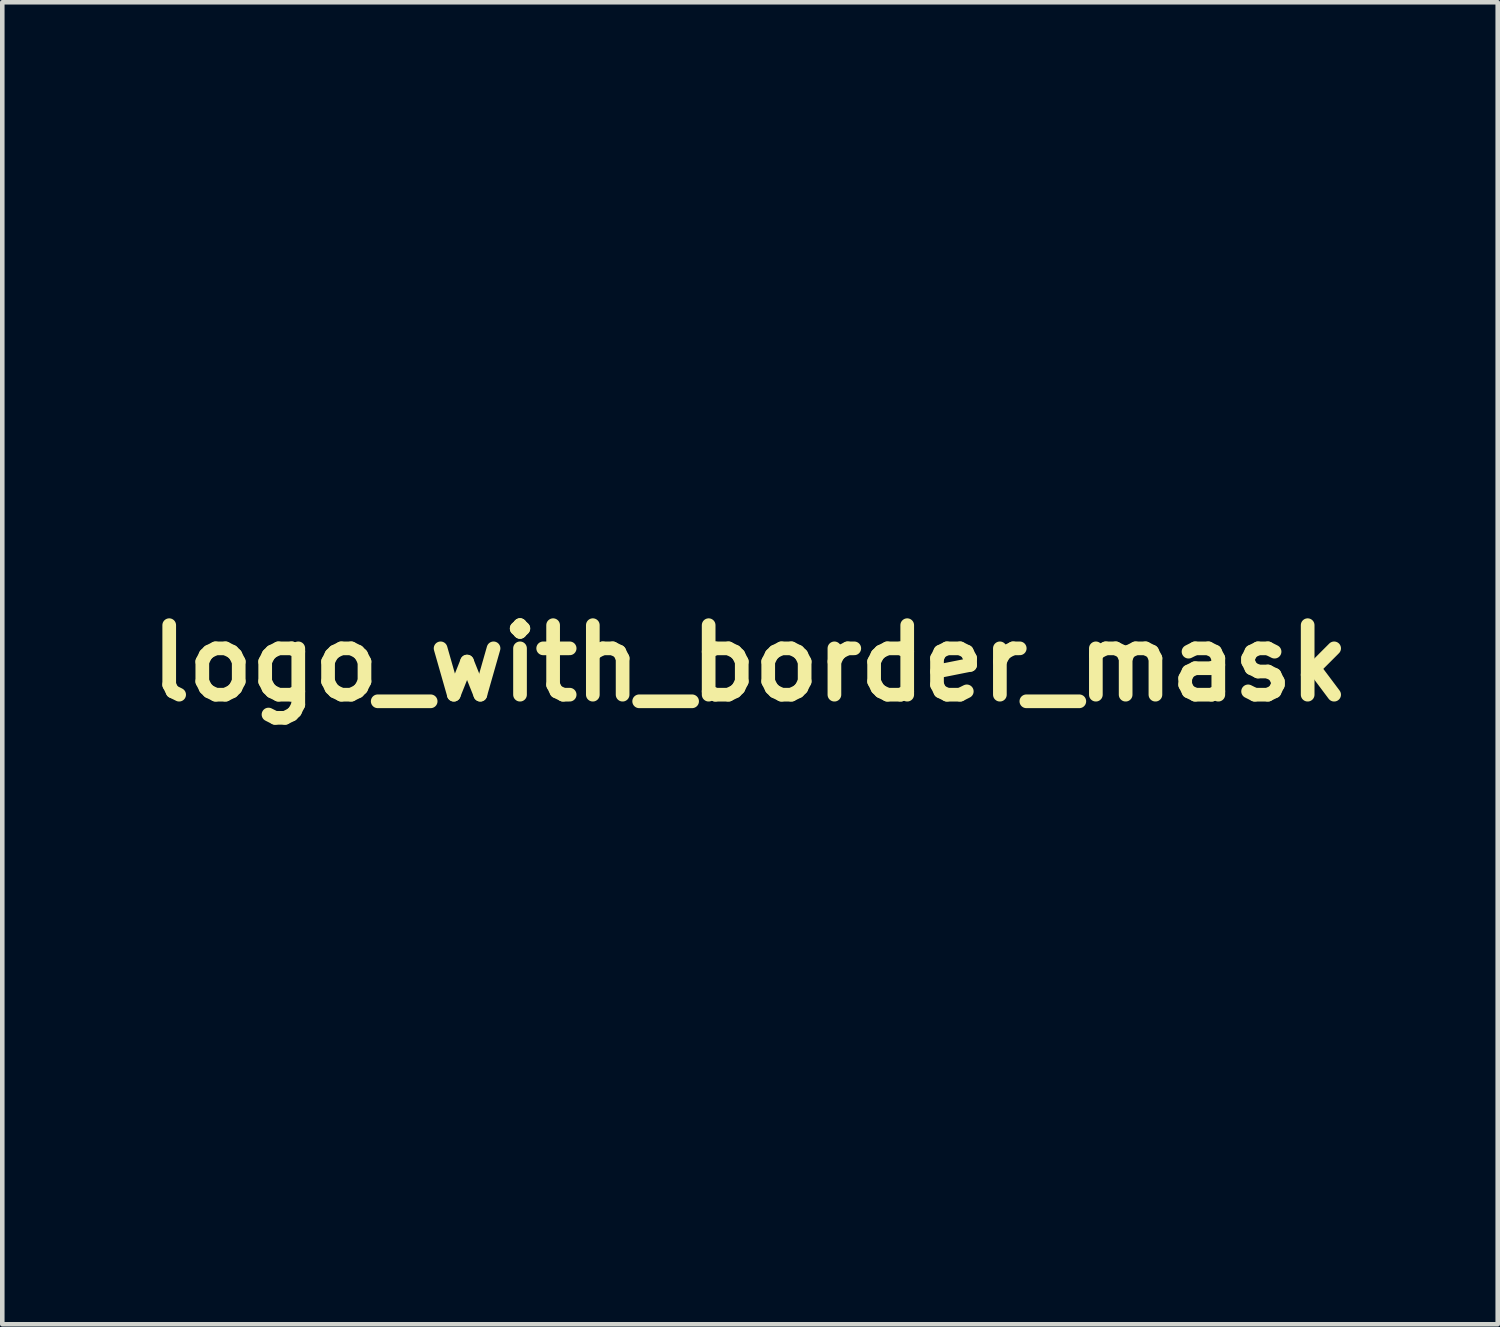
<source format=kicad_pcb>
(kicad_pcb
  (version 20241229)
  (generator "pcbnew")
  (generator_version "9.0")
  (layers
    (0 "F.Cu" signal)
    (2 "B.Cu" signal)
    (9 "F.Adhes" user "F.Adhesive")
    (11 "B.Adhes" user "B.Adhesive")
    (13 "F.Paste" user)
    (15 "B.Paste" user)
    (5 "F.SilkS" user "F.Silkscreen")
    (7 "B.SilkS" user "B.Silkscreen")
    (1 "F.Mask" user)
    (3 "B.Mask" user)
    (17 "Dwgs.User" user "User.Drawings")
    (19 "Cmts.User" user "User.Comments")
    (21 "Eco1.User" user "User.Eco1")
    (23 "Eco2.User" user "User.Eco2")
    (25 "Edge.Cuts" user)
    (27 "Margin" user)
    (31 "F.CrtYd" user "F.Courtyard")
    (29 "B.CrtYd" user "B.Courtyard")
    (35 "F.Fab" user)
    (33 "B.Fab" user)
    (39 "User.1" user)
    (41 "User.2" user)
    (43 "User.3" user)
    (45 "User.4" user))
  (footprint "logo_with_border_mask"
    (layer "F.Cu")
    (at 13.397 11.494)
    (property "Reference" "logo_with_border_mask" (at 0 0 0) (layer "F.SilkS") (effects (font (size 1.524 1.524) (thickness 0.3))))
    (attr through_hole)
    (fp_circle (center 0 0) (end 9.988 0) (stroke (width 0.1) (type solid)) (fill no) (layer "F.Mask"))
    (fp_circle (center 0 0) (end 11.414 0) (stroke (width 0.16) (type solid)) (fill no) (layer "F.Mask"))
    (fp_poly (pts (xy 2.868 -1.486) (xy 2.868 -1.484) (xy 2.861 -1.428) (xy 2.839 -1.429) (xy 2.822 -1.451) (xy 2.822 -1.497) (xy 2.835 -1.517) (xy 2.861 -1.528) (xy 2.868 -1.486)) (stroke (width 0.01) (type solid)) (fill yes) (layer "F.Mask"))
    (fp_poly (pts (xy -1.245 -1.82) (xy -1.257 -1.724) (xy -1.259 -1.645) (xy -1.255 -1.621) (xy -1.246 -1.574) (xy -1.262 -1.577) (xy -1.299 -1.626) (xy -1.324 -1.666) (xy -1.382 -1.764) (xy -1.217 -1.965) (xy -1.245 -1.82)) (stroke (width 0.01) (type solid)) (fill yes) (layer "F.Mask"))
    (fp_poly (pts (xy 0.944 -0.412) (xy 0.961 -0.159) (xy 1.114 0.013) (xy 1.203 0.105) (xy 1.268 0.155) (xy 1.302 0.162) (xy 1.328 0.159) (xy 1.325 0.179) (xy 1.305 0.213) (xy 1.272 0.215) (xy 1.22 0.179) (xy 1.142 0.102) (xy 1.087 0.042) (xy 0.917 -0.146) (xy 0.928 -0.665) (xy 0.944 -0.412)) (stroke (width 0.01) (type solid)) (fill yes) (layer "F.Mask"))
    (fp_poly (pts (xy 2.769 -1.44) (xy 2.812 -1.404) (xy 2.856 -1.328) (xy 2.862 -1.315) (xy 2.914 -1.19) (xy 2.925 -1.107) (xy 2.895 -1.068) (xy 2.872 -1.064) (xy 2.809 -1.083) (xy 2.787 -1.101) (xy 2.743 -1.17) (xy 2.695 -1.266) (xy 2.655 -1.361) (xy 2.648 -1.382) (xy 2.641 -1.43) (xy 2.671 -1.447) (xy 2.712 -1.449) (xy 2.769 -1.44)) (stroke (width 0.01) (type solid)) (fill yes) (layer "F.Mask"))
    (fp_poly (pts (xy 3.075 -1.774) (xy 3.015 -1.733) (xy 2.972 -1.715) (xy 2.972 -1.715) (xy 2.939 -1.691) (xy 2.889 -1.633) (xy 2.861 -1.596) (xy 2.794 -1.515) (xy 2.73 -1.481) (xy 2.703 -1.478) (xy 2.626 -1.478) (xy 2.713 -1.633) (xy 2.781 -1.736) (xy 2.853 -1.796) (xy 2.948 -1.823) (xy 3.046 -1.83) (xy 3.149 -1.832) (xy 3.075 -1.774)) (stroke (width 0.01) (type solid)) (fill yes) (layer "F.Mask"))
    (fp_poly (pts (xy 2.72 -0.569) (xy 2.717 -0.459) (xy 2.705 -0.386) (xy 2.676 -0.329) (xy 2.623 -0.267) (xy 2.616 -0.259) (xy 2.556 -0.196) (xy 2.516 -0.156) (xy 2.506 -0.149) (xy 2.484 -0.17) (xy 2.436 -0.223) (xy 2.388 -0.28) (xy 2.325 -0.359) (xy 2.291 -0.425) (xy 2.279 -0.504) (xy 2.277 -0.589) (xy 2.277 -0.769) (xy 2.72 -0.769) (xy 2.72 -0.569)) (stroke (width 0.01) (type solid)) (fill yes) (layer "F.Mask"))
    (fp_poly (pts (xy -1.628 0.183) (xy -1.612 0.53) (xy -1.424 0.739) (xy -1.334 0.836) (xy -1.274 0.895) (xy -1.233 0.921) (xy -1.204 0.92) (xy -1.187 0.91) (xy -1.155 0.887) (xy -1.163 0.904) (xy -1.179 0.924) (xy -1.22 0.965) (xy -1.241 0.976) (xy -1.268 0.955) (xy -1.325 0.9) (xy -1.402 0.818) (xy -1.459 0.756) (xy -1.656 0.537) (xy -1.65 0.187) (xy -1.644 -0.163) (xy -1.628 0.183)) (stroke (width 0.01) (type solid)) (fill yes) (layer "F.Mask"))
    (fp_poly (pts (xy 2.008 -0.569) (xy 2.023 -0.459) (xy 2.049 -0.378) (xy 2.099 -0.301) (xy 2.153 -0.236) (xy 2.225 -0.16) (xy 2.287 -0.107) (xy 2.325 -0.089) (xy 2.354 -0.074) (xy 2.351 -0.059) (xy 2.328 -0.036) (xy 2.298 -0.039) (xy 2.252 -0.075) (xy 2.182 -0.149) (xy 2.133 -0.205) (xy 2.057 -0.294) (xy 2.012 -0.358) (xy 1.991 -0.417) (xy 1.985 -0.488) (xy 1.986 -0.567) (xy 1.991 -0.754) (xy 2.008 -0.569)) (stroke (width 0.01) (type solid)) (fill yes) (layer "F.Mask"))
    (fp_poly (pts (xy -0.282 -0.445) (xy -0.272 -0.366) (xy -0.267 -0.246) (xy -0.266 -0.178) (xy -0.266 0.116) (xy -0.084 0.311) (xy 0.009 0.406) (xy 0.072 0.46) (xy 0.11 0.476) (xy 0.125 0.467) (xy 0.145 0.445) (xy 0.141 0.471) (xy 0.121 0.511) (xy 0.086 0.515) (xy 0.032 0.48) (xy -0.048 0.404) (xy -0.129 0.316) (xy -0.325 0.097) (xy -0.325 -0.188) (xy -0.322 -0.322) (xy -0.314 -0.418) (xy -0.302 -0.468) (xy -0.296 -0.473) (xy -0.282 -0.445)) (stroke (width 0.01) (type solid)) (fill yes) (layer "F.Mask"))
    (fp_poly (pts (xy 2.196 -0.762) (xy 2.219 -0.725) (xy 2.235 -0.637) (xy 2.241 -0.559) (xy 2.249 -0.452) (xy 2.267 -0.379) (xy 2.305 -0.318) (xy 2.373 -0.244) (xy 2.373 -0.244) (xy 2.447 -0.159) (xy 2.472 -0.105) (xy 2.466 -0.089) (xy 2.43 -0.092) (xy 2.367 -0.145) (xy 2.297 -0.22) (xy 2.225 -0.306) (xy 2.184 -0.371) (xy 2.164 -0.435) (xy 2.159 -0.521) (xy 2.159 -0.577) (xy 2.162 -0.688) (xy 2.173 -0.747) (xy 2.193 -0.762) (xy 2.196 -0.762)) (stroke (width 0.01) (type solid)) (fill yes) (layer "F.Mask"))
    (fp_poly (pts (xy -0.412 -2.136) (xy -0.287 -2.071) (xy -0.183 -1.961) (xy -0.109 -1.812) (xy -0.103 -1.792) (xy -0.08 -1.629) (xy -0.108 -1.476) (xy -0.181 -1.345) (xy -0.294 -1.248) (xy -0.344 -1.224) (xy -0.469 -1.188) (xy -0.587 -1.197) (xy -0.679 -1.229) (xy -0.758 -1.266) (xy -0.789 -1.294) (xy -0.776 -1.332) (xy -0.729 -1.389) (xy -0.653 -1.522) (xy -0.625 -1.672) (xy -0.644 -1.823) (xy -0.711 -1.959) (xy -0.725 -1.977) (xy -0.798 -2.063) (xy -0.691 -2.114) (xy -0.549 -2.152) (xy -0.412 -2.136)) (stroke (width 0.01) (type solid)) (fill yes) (layer "F.Mask"))
    (fp_poly (pts (xy -1.322 -4.78) (xy -1.239 -4.761) (xy -1.177 -4.74) (xy -1.026 -4.683) (xy -1.164 -4.602) (xy -1.257 -4.538) (xy -1.338 -4.466) (xy -1.366 -4.434) (xy -1.417 -4.376) (xy -1.461 -4.347) (xy -1.466 -4.347) (xy -1.51 -4.334) (xy -1.587 -4.3) (xy -1.668 -4.26) (xy -1.753 -4.217) (xy -1.812 -4.193) (xy -1.833 -4.19) (xy -1.816 -4.225) (xy -1.769 -4.293) (xy -1.702 -4.384) (xy -1.624 -4.487) (xy -1.543 -4.588) (xy -1.469 -4.679) (xy -1.409 -4.746) (xy -1.375 -4.779) (xy -1.372 -4.781) (xy -1.322 -4.78)) (stroke (width 0.01) (type solid)) (fill yes) (layer "F.Mask"))
    (fp_poly (pts (xy -0.699 -0.391) (xy -0.689 -0.353) (xy -0.684 -0.284) (xy -0.682 -0.175) (xy -0.681 -0.017) (xy -0.681 0.05) (xy -0.683 0.517) (xy -0.977 0.843) (xy -1.137 0.665) (xy -1.297 0.488) (xy -1.308 0.222) (xy -1.318 -0.044) (xy -1.331 0.521) (xy -1.225 0.623) (xy -1.111 0.74) (xy -1.046 0.828) (xy -1.029 0.887) (xy -1.043 0.91) (xy -1.073 0.912) (xy -1.124 0.877) (xy -1.201 0.801) (xy -1.264 0.732) (xy -1.449 0.524) (xy -1.449 -0.227) (xy -1.116 -0.308) (xy -0.979 -0.341) (xy -0.86 -0.371) (xy -0.772 -0.393) (xy -0.732 -0.403) (xy -0.712 -0.405) (xy -0.699 -0.391)) (stroke (width 0.01) (type solid)) (fill yes) (layer "F.Mask"))
    (fp_poly (pts (xy -4.246 -0.37) (xy -4.196 -0.338) (xy -4.139 -0.281) (xy -4.073 -0.193) (xy -3.994 -0.07) (xy -3.897 0.092) (xy -3.78 0.299) (xy -3.683 0.472) (xy -3.545 0.723) (xy -3.565 0.982) (xy -3.576 1.098) (xy -3.589 1.187) (xy -3.6 1.236) (xy -3.605 1.242) (xy -3.626 1.217) (xy -3.665 1.152) (xy -3.713 1.06) (xy -3.722 1.042) (xy -3.767 0.952) (xy -3.834 0.822) (xy -3.916 0.665) (xy -4.007 0.492) (xy -4.099 0.319) (xy -4.211 0.107) (xy -4.293 -0.06) (xy -4.348 -0.186) (xy -4.378 -0.276) (xy -4.383 -0.335) (xy -4.367 -0.367) (xy -4.344 -0.377) (xy -4.295 -0.381) (xy -4.246 -0.37)) (stroke (width 0.01) (type solid)) (fill yes) (layer "F.Mask"))
    (fp_poly (pts (xy -1.436 -1.701) (xy -1.4 -1.664) (xy -1.356 -1.59) (xy -1.334 -1.55) (xy -1.257 -1.398) (xy -1.19 -1.245) (xy -1.136 -1.107) (xy -1.103 -0.995) (xy -1.094 -0.934) (xy -1.099 -0.888) (xy -1.123 -0.866) (xy -1.181 -0.858) (xy -1.24 -0.858) (xy -1.333 -0.862) (xy -1.391 -0.883) (xy -1.437 -0.93) (xy -1.449 -0.946) (xy -1.495 -1.022) (xy -1.554 -1.133) (xy -1.618 -1.263) (xy -1.679 -1.395) (xy -1.728 -1.512) (xy -1.758 -1.596) (xy -1.76 -1.604) (xy -1.768 -1.662) (xy -1.744 -1.683) (xy -1.711 -1.686) (xy -1.633 -1.691) (xy -1.54 -1.703) (xy -1.534 -1.704) (xy -1.476 -1.711) (xy -1.436 -1.701)) (stroke (width 0.01) (type solid)) (fill yes) (layer "F.Mask"))
    (fp_poly (pts (xy 0.621 0.09) (xy 0.496 0.23) (xy 0.43 0.304) (xy 0.381 0.36) (xy 0.362 0.383) (xy 0.339 0.37) (xy 0.285 0.324) (xy 0.21 0.254) (xy 0.193 0.237) (xy 0.032 0.078) (xy 0.022 -0.19) (xy 0.012 -0.458) (xy 0.006 -0.192) (xy 0.000266 0.074) (xy 0.162 0.256) (xy 0.243 0.35) (xy 0.286 0.412) (xy 0.297 0.45) (xy 0.286 0.469) (xy 0.257 0.474) (xy 0.213 0.448) (xy 0.146 0.385) (xy 0.063 0.296) (xy -0.12 0.091) (xy -0.112 -0.213) (xy -0.103 -0.516) (xy 0.103 -0.55) (xy 0.237 -0.571) (xy 0.374 -0.591) (xy 0.466 -0.603) (xy 0.621 -0.623) (xy 0.621 0.09)) (stroke (width 0.01) (type solid)) (fill yes) (layer "F.Mask"))
    (fp_poly (pts (xy -4.875 -5.329) (xy -4.801 -5.268) (xy -4.764 -5.185) (xy -4.77 -5.093) (xy -4.826 -5.005) (xy -4.829 -5.002) (xy -4.922 -4.949) (xy -5.022 -4.945) (xy -5.111 -4.993) (xy -5.115 -4.997) (xy -5.168 -5.084) (xy -5.173 -5.166) (xy -5.145 -5.166) (xy -5.141 -5.132) (xy -5.122 -5.14) (xy -5.084 -5.185) (xy -5.025 -5.239) (xy -4.968 -5.263) (xy -4.965 -5.263) (xy -4.919 -5.276) (xy -4.908 -5.293) (xy -4.931 -5.318) (xy -4.986 -5.32) (xy -5.05 -5.3) (xy -5.091 -5.274) (xy -5.134 -5.212) (xy -5.145 -5.166) (xy -5.173 -5.166) (xy -5.174 -5.178) (xy -5.141 -5.265) (xy -5.073 -5.328) (xy -4.981 -5.352) (xy -4.875 -5.329)) (stroke (width 0.01) (type solid)) (fill yes) (layer "F.Mask"))
    (fp_poly (pts (xy -3.544 -3.315) (xy -3.562 -3.242) (xy -3.594 -3.134) (xy -3.635 -2.999) (xy -3.652 -2.947) (xy -3.704 -2.788) (xy -3.744 -2.673) (xy -3.78 -2.59) (xy -3.819 -2.527) (xy -3.865 -2.472) (xy -3.926 -2.412) (xy -3.931 -2.407) (xy -4.065 -2.292) (xy -4.195 -2.203) (xy -4.31 -2.146) (xy -4.391 -2.129) (xy -4.461 -2.15) (xy -4.505 -2.183) (xy -4.552 -2.275) (xy -4.547 -2.38) (xy -4.489 -2.487) (xy -4.441 -2.54) (xy -4.356 -2.62) (xy -4.249 -2.718) (xy -4.128 -2.827) (xy -4.001 -2.941) (xy -3.875 -3.053) (xy -3.759 -3.155) (xy -3.661 -3.241) (xy -3.587 -3.305) (xy -3.546 -3.338) (xy -3.54 -3.341) (xy -3.544 -3.315)) (stroke (width 0.01) (type solid)) (fill yes) (layer "F.Mask"))
    (fp_poly (pts (xy 1.743 -0.454) (xy 1.742 -0.163) (xy 1.623 -0.03) (xy 1.505 0.103) (xy 1.373 -0.044) (xy 1.242 -0.191) (xy 1.242 -0.421) (xy 1.238 -0.535) (xy 1.229 -0.616) (xy 1.214 -0.65) (xy 1.212 -0.651) (xy 1.197 -0.623) (xy 1.187 -0.548) (xy 1.183 -0.438) (xy 1.183 -0.426) (xy 1.183 -0.2) (xy 1.331 -0.039) (xy 1.417 0.065) (xy 1.457 0.136) (xy 1.449 0.172) (xy 1.424 0.177) (xy 1.396 0.157) (xy 1.34 0.102) (xy 1.268 0.024) (xy 1.248 0.002) (xy 1.094 -0.173) (xy 1.094 -0.674) (xy 1.308 -0.693) (xy 1.434 -0.705) (xy 1.552 -0.718) (xy 1.634 -0.728) (xy 1.745 -0.744) (xy 1.743 -0.454)) (stroke (width 0.01) (type solid)) (fill yes) (layer "F.Mask"))
    (fp_poly (pts (xy -4.615 -4.465) (xy -4.576 -4.404) (xy -4.522 -4.312) (xy -4.487 -4.25) (xy -4.422 -4.136) (xy -4.335 -3.988) (xy -4.236 -3.823) (xy -4.135 -3.657) (xy -4.098 -3.596) (xy -4.012 -3.456) (xy -3.939 -3.333) (xy -3.884 -3.236) (xy -3.851 -3.174) (xy -3.844 -3.156) (xy -3.864 -3.127) (xy -3.916 -3.07) (xy -3.989 -2.996) (xy -4.071 -2.916) (xy -4.15 -2.843) (xy -4.215 -2.786) (xy -4.254 -2.758) (xy -4.255 -2.757) (xy -4.266 -2.78) (xy -4.277 -2.845) (xy -4.282 -2.905) (xy -4.299 -3.068) (xy -4.336 -3.279) (xy -4.39 -3.531) (xy -4.46 -3.817) (xy -4.522 -4.05) (xy -4.562 -4.2) (xy -4.596 -4.327) (xy -4.619 -4.423) (xy -4.631 -4.478) (xy -4.631 -4.486) (xy -4.615 -4.465)) (stroke (width 0.01) (type solid)) (fill yes) (layer "F.Mask"))
    (fp_poly (pts (xy 2.65 7.372) (xy 2.661 7.4) (xy 2.688 7.476) (xy 2.727 7.59) (xy 2.777 7.734) (xy 2.833 7.898) (xy 2.893 8.075) (xy 2.954 8.255) (xy 3.013 8.429) (xy 3.067 8.589) (xy 3.113 8.726) (xy 3.148 8.831) (xy 3.168 8.895) (xy 3.173 8.91) (xy 3.152 8.935) (xy 3.091 8.966) (xy 3.007 8.999) (xy 2.919 9.026) (xy 2.843 9.043) (xy 2.798 9.043) (xy 2.792 9.038) (xy 2.777 8.994) (xy 2.747 8.905) (xy 2.705 8.781) (xy 2.654 8.63) (xy 2.597 8.46) (xy 2.538 8.281) (xy 2.478 8.102) (xy 2.42 7.93) (xy 2.369 7.776) (xy 2.326 7.647) (xy 2.295 7.553) (xy 2.279 7.502) (xy 2.277 7.495) (xy 2.302 7.481) (xy 2.366 7.457) (xy 2.451 7.428) (xy 2.538 7.4) (xy 2.61 7.379) (xy 2.648 7.371) (xy 2.65 7.372)) (stroke (width 0.01) (type solid)) (fill yes) (layer "F.Mask"))
    (fp_poly (pts (xy -0.723 -2.529) (xy -0.551 -2.508) (xy -0.707 -2.455) (xy -0.841 -2.392) (xy -0.964 -2.303) (xy -0.978 -2.289) (xy -1.05 -2.222) (xy -1.084 -2.199) (xy -1.086 -2.222) (xy -1.059 -2.293) (xy -1.048 -2.321) (xy -1.016 -2.403) (xy -1.01 -2.436) (xy -1.026 -2.422) (xy -1.064 -2.362) (xy -1.12 -2.259) (xy -1.134 -2.232) (xy -1.203 -2.11) (xy -1.279 -1.993) (xy -1.349 -1.903) (xy -1.355 -1.896) (xy -1.43 -1.824) (xy -1.498 -1.786) (xy -1.588 -1.769) (xy -1.619 -1.766) (xy -1.705 -1.762) (xy -1.762 -1.766) (xy -1.774 -1.772) (xy -1.76 -1.806) (xy -1.722 -1.878) (xy -1.667 -1.976) (xy -1.603 -2.087) (xy -1.536 -2.199) (xy -1.474 -2.3) (xy -1.425 -2.377) (xy -1.403 -2.408) (xy -1.363 -2.451) (xy -1.309 -2.481) (xy -1.227 -2.502) (xy -1.119 -2.519) (xy -0.98 -2.532) (xy -0.835 -2.536) (xy -0.723 -2.529)) (stroke (width 0.01) (type solid)) (fill yes) (layer "F.Mask"))
    (fp_poly (pts (xy -0.725 -4.569) (xy -0.646 -4.542) (xy -0.522 -4.496) (xy -0.357 -4.435) (xy -0.158 -4.359) (xy 0.071 -4.271) (xy 0.325 -4.172) (xy 0.599 -4.066) (xy 0.888 -3.953) (xy 1.187 -3.835) (xy 1.491 -3.715) (xy 1.795 -3.594) (xy 2.094 -3.475) (xy 2.262 -3.408) (xy 2.518 -3.305) (xy 2.759 -3.208) (xy 2.979 -3.119) (xy 3.172 -3.042) (xy 3.333 -2.977) (xy 3.455 -2.928) (xy 3.532 -2.897) (xy 3.556 -2.888) (xy 3.613 -2.86) (xy 3.637 -2.838) (xy 3.612 -2.816) (xy 3.55 -2.79) (xy 3.474 -2.767) (xy 3.405 -2.754) (xy 3.384 -2.753) (xy 3.34 -2.763) (xy 3.249 -2.791) (xy 3.122 -2.834) (xy 2.965 -2.887) (xy 2.789 -2.95) (xy 2.72 -2.974) (xy 2.551 -3.034) (xy 2.337 -3.11) (xy 2.088 -3.196) (xy 1.815 -3.291) (xy 1.53 -3.389) (xy 1.242 -3.488) (xy 0.962 -3.583) (xy 0.961 -3.583) (xy -0.192 -3.973) (xy -0.477 -4.271) (xy -0.579 -4.379) (xy -0.664 -4.47) (xy -0.725 -4.538) (xy -0.753 -4.573) (xy -0.755 -4.577) (xy -0.725 -4.569)) (stroke (width 0.01) (type solid)) (fill yes) (layer "F.Mask"))
    (fp_poly (pts (xy 6.213 5.018) (xy 6.339 5.143) (xy 6.091 5.395) (xy 5.991 5.498) (xy 5.906 5.59) (xy 5.844 5.659) (xy 5.815 5.696) (xy 5.81 5.739) (xy 5.845 5.796) (xy 5.891 5.846) (xy 5.993 5.948) (xy 6.172 5.761) (xy 6.264 5.663) (xy 6.35 5.57) (xy 6.415 5.498) (xy 6.426 5.485) (xy 6.502 5.396) (xy 6.749 5.641) (xy 6.495 5.903) (xy 6.242 6.165) (xy 6.366 6.292) (xy 6.49 6.419) (xy 6.683 6.218) (xy 6.782 6.114) (xy 6.877 6.011) (xy 6.953 5.927) (xy 6.972 5.905) (xy 7.068 5.792) (xy 7.334 6.01) (xy 7.209 6.147) (xy 7.038 6.334) (xy 6.881 6.503) (xy 6.745 6.649) (xy 6.632 6.768) (xy 6.547 6.855) (xy 6.494 6.906) (xy 6.478 6.917) (xy 6.452 6.898) (xy 6.39 6.843) (xy 6.299 6.76) (xy 6.185 6.655) (xy 6.055 6.534) (xy 6.031 6.511) (xy 5.886 6.374) (xy 5.742 6.24) (xy 5.611 6.118) (xy 5.502 6.017) (xy 5.429 5.95) (xy 5.257 5.794) (xy 5.578 5.451) (xy 5.696 5.324) (xy 5.808 5.203) (xy 5.903 5.1) (xy 5.972 5.024) (xy 5.993 5) (xy 6.087 4.894) (xy 6.213 5.018)) (stroke (width 0.01) (type solid)) (fill yes) (layer "F.Mask"))
    (fp_poly (pts (xy -8.589 -4.057) (xy -8.535 -4.04) (xy -8.453 -4.009) (xy -8.414 -3.992) (xy -8.284 -3.937) (xy -8.388 -3.698) (xy -8.433 -3.587) (xy -8.465 -3.495) (xy -8.48 -3.436) (xy -8.48 -3.425) (xy -8.45 -3.405) (xy -8.374 -3.368) (xy -8.258 -3.315) (xy -8.111 -3.253) (xy -7.941 -3.183) (xy -7.855 -3.148) (xy -7.677 -3.077) (xy -7.518 -3.013) (xy -7.386 -2.959) (xy -7.289 -2.918) (xy -7.235 -2.894) (xy -7.227 -2.89) (xy -7.23 -2.857) (xy -7.251 -2.786) (xy -7.287 -2.69) (xy -7.289 -2.685) (xy -7.365 -2.494) (xy -8.007 -2.753) (xy -8.189 -2.825) (xy -8.353 -2.888) (xy -8.49 -2.939) (xy -8.593 -2.974) (xy -8.654 -2.991) (xy -8.667 -2.992) (xy -8.685 -2.956) (xy -8.718 -2.88) (xy -8.758 -2.778) (xy -8.769 -2.75) (xy -8.81 -2.644) (xy -8.844 -2.56) (xy -8.866 -2.513) (xy -8.869 -2.508) (xy -8.903 -2.508) (xy -8.974 -2.528) (xy -9.048 -2.556) (xy -9.133 -2.596) (xy -9.189 -2.631) (xy -9.204 -2.65) (xy -9.191 -2.683) (xy -9.159 -2.764) (xy -9.111 -2.884) (xy -9.05 -3.036) (xy -8.979 -3.212) (xy -8.915 -3.371) (xy -8.822 -3.598) (xy -8.748 -3.774) (xy -8.689 -3.904) (xy -8.645 -3.991) (xy -8.613 -4.041) (xy -8.591 -4.057) (xy -8.589 -4.057)) (stroke (width 0.01) (type solid)) (fill yes) (layer "F.Mask"))
    (fp_poly (pts (xy 4.711 6.365) (xy 4.904 6.682) (xy 5.073 6.961) (xy 5.216 7.199) (xy 5.334 7.396) (xy 5.424 7.55) (xy 5.487 7.657) (xy 5.519 7.718) (xy 5.524 7.731) (xy 5.496 7.75) (xy 5.432 7.792) (xy 5.351 7.844) (xy 5.254 7.901) (xy 5.189 7.926) (xy 5.144 7.924) (xy 5.132 7.918) (xy 5.09 7.896) (xy 5.003 7.853) (xy 4.881 7.794) (xy 4.734 7.723) (xy 4.572 7.645) (xy 4.568 7.643) (xy 4.057 7.398) (xy 4.28 7.757) (xy 4.365 7.894) (xy 4.444 8.02) (xy 4.509 8.122) (xy 4.553 8.189) (xy 4.561 8.2) (xy 4.597 8.258) (xy 4.609 8.291) (xy 4.609 8.292) (xy 4.572 8.318) (xy 4.505 8.359) (xy 4.425 8.407) (xy 4.349 8.45) (xy 4.294 8.48) (xy 4.278 8.486) (xy 4.254 8.463) (xy 4.217 8.405) (xy 4.21 8.39) (xy 4.181 8.338) (xy 4.125 8.244) (xy 4.049 8.117) (xy 3.956 7.964) (xy 3.853 7.794) (xy 3.784 7.682) (xy 3.408 7.071) (xy 3.579 6.965) (xy 3.749 6.86) (xy 4.901 7.415) (xy 4.659 7.026) (xy 4.571 6.887) (xy 4.493 6.761) (xy 4.429 6.658) (xy 4.386 6.59) (xy 4.375 6.573) (xy 4.349 6.521) (xy 4.348 6.497) (xy 4.379 6.477) (xy 4.445 6.436) (xy 4.516 6.393) (xy 4.671 6.299) (xy 4.711 6.365)) (stroke (width 0.01) (type solid)) (fill yes) (layer "F.Mask"))
    (fp_poly (pts (xy -3.549 6.941) (xy -3.453 6.995) (xy -3.376 7.039) (xy -3.335 7.065) (xy -3.333 7.067) (xy -3.33 7.1) (xy -3.335 7.185) (xy -3.347 7.312) (xy -3.364 7.474) (xy -3.387 7.663) (xy -3.413 7.868) (xy -3.441 8.08) (xy -3.467 8.275) (xy -3.489 8.446) (xy -3.507 8.583) (xy -3.52 8.677) (xy -3.525 8.721) (xy -3.538 8.773) (xy -3.567 8.795) (xy -3.622 8.786) (xy -3.713 8.746) (xy -3.765 8.72) (xy -3.858 8.669) (xy -3.908 8.633) (xy -3.924 8.598) (xy -3.919 8.555) (xy -3.919 8.553) (xy -3.901 8.473) (xy -3.88 8.373) (xy -3.877 8.354) (xy -3.854 8.232) (xy -4.382 7.947) (xy -4.521 8.101) (xy -4.659 8.255) (xy -4.843 8.156) (xy -4.932 8.105) (xy -4.995 8.062) (xy -5.019 8.036) (xy -5.019 8.035) (xy -4.996 8.01) (xy -4.935 7.95) (xy -4.842 7.86) (xy -4.722 7.746) (xy -4.686 7.712) (xy -4.148 7.712) (xy -3.974 7.801) (xy -3.885 7.843) (xy -3.82 7.868) (xy -3.792 7.87) (xy -3.784 7.834) (xy -3.768 7.754) (xy -3.747 7.641) (xy -3.73 7.548) (xy -3.707 7.423) (xy -3.69 7.323) (xy -3.68 7.26) (xy -3.679 7.244) (xy -3.7 7.264) (xy -3.754 7.317) (xy -3.833 7.396) (xy -3.915 7.478) (xy -4.148 7.712) (xy -4.686 7.712) (xy -4.58 7.612) (xy -4.422 7.465) (xy -4.377 7.423) (xy -3.743 6.835) (xy -3.549 6.941)) (stroke (width 0.01) (type solid)) (fill yes) (layer "F.Mask"))
    (fp_poly (pts (xy 3.342 -1.77) (xy 3.405 -1.699) (xy 3.432 -1.646) (xy 3.482 -1.487) (xy 3.477 -1.343) (xy 3.417 -1.202) (xy 3.409 -1.189) (xy 3.36 -1.118) (xy 3.317 -1.081) (xy 3.259 -1.067) (xy 3.163 -1.064) (xy 3.16 -1.064) (xy 3.055 -1.069) (xy 2.997 -1.086) (xy 2.975 -1.111) (xy 2.958 -1.166) (xy 2.971 -1.176) (xy 2.987 -1.167) (xy 2.993 -1.177) (xy 2.972 -1.223) (xy 2.958 -1.247) (xy 2.909 -1.378) (xy 2.91 -1.418) (xy 2.958 -1.418) (xy 2.996 -1.32) (xy 3.011 -1.3) (xy 3.065 -1.234) (xy 3.116 -1.342) (xy 3.147 -1.418) (xy 3.15 -1.473) (xy 3.125 -1.536) (xy 3.124 -1.538) (xy 3.097 -1.599) (xy 3.103 -1.627) (xy 3.149 -1.644) (xy 3.152 -1.644) (xy 3.241 -1.64) (xy 3.318 -1.592) (xy 3.373 -1.515) (xy 3.394 -1.422) (xy 3.372 -1.333) (xy 3.305 -1.258) (xy 3.216 -1.223) (xy 3.155 -1.227) (xy 3.114 -1.236) (xy 3.123 -1.222) (xy 3.134 -1.214) (xy 3.207 -1.194) (xy 3.294 -1.214) (xy 3.371 -1.268) (xy 3.378 -1.276) (xy 3.424 -1.372) (xy 3.425 -1.482) (xy 3.382 -1.584) (xy 3.357 -1.613) (xy 3.266 -1.672) (xy 3.172 -1.682) (xy 3.083 -1.653) (xy 3.012 -1.593) (xy 2.967 -1.511) (xy 2.958 -1.418) (xy 2.91 -1.418) (xy 2.912 -1.51) (xy 2.963 -1.629) (xy 3.056 -1.723) (xy 3.147 -1.767) (xy 3.26 -1.791) (xy 3.342 -1.77)) (stroke (width 0.01) (type solid)) (fill yes) (layer "F.Mask"))
    (fp_poly (pts (xy -1.435 7.647) (xy -1.384 7.657) (xy -1.183 7.724) (xy -1.019 7.832) (xy -0.898 7.977) (xy -0.874 8.021) (xy -0.832 8.117) (xy -0.804 8.202) (xy -0.798 8.241) (xy -0.802 8.277) (xy -0.823 8.297) (xy -0.873 8.306) (xy -0.966 8.309) (xy -1 8.309) (xy -1.202 8.309) (xy -1.229 8.201) (xy -1.269 8.112) (xy -1.328 8.04) (xy -1.334 8.036) (xy -1.436 7.991) (xy -1.562 7.977) (xy -1.685 7.995) (xy -1.752 8.026) (xy -1.835 8.111) (xy -1.903 8.237) (xy -1.952 8.389) (xy -1.976 8.55) (xy -1.973 8.704) (xy -1.953 8.792) (xy -1.886 8.909) (xy -1.782 8.991) (xy -1.654 9.032) (xy -1.519 9.024) (xy -1.467 9.007) (xy -1.387 8.958) (xy -1.331 8.897) (xy -1.326 8.887) (xy -1.293 8.832) (xy -1.268 8.812) (xy -1.211 8.823) (xy -1.131 8.852) (xy -1.044 8.89) (xy -0.969 8.929) (xy -0.923 8.961) (xy -0.917 8.972) (xy -0.939 9.037) (xy -0.997 9.12) (xy -1.076 9.205) (xy -1.164 9.277) (xy -1.219 9.31) (xy -1.356 9.353) (xy -1.524 9.371) (xy -1.701 9.364) (xy -1.864 9.331) (xy -1.889 9.323) (xy -2.039 9.244) (xy -2.177 9.123) (xy -2.287 8.979) (xy -2.348 8.843) (xy -2.384 8.691) (xy -2.393 8.554) (xy -2.375 8.402) (xy -2.362 8.333) (xy -2.289 8.102) (xy -2.178 7.914) (xy -2.035 7.773) (xy -1.86 7.679) (xy -1.659 7.637) (xy -1.435 7.647)) (stroke (width 0.01) (type solid)) (fill yes) (layer "F.Mask"))
    (fp_poly (pts (xy 3.828 -2.788) (xy 3.894 -2.738) (xy 3.958 -2.672) (xy 4.003 -2.608) (xy 4.014 -2.562) (xy 3.982 -2.525) (xy 3.908 -2.466) (xy 3.8 -2.39) (xy 3.669 -2.304) (xy 3.524 -2.213) (xy 3.375 -2.124) (xy 3.231 -2.042) (xy 3.101 -1.972) (xy 2.996 -1.921) (xy 2.926 -1.895) (xy 2.909 -1.893) (xy 2.85 -1.907) (xy 2.769 -1.945) (xy 2.743 -1.96) (xy 2.661 -2.018) (xy 2.596 -2.08) (xy 2.585 -2.094) (xy 2.549 -2.164) (xy 2.554 -2.226) (xy 2.554 -2.227) (xy 2.697 -2.227) (xy 2.706 -2.222) (xy 2.741 -2.239) (xy 2.82 -2.277) (xy 2.932 -2.333) (xy 3.069 -2.4) (xy 3.167 -2.448) (xy 3.317 -2.52) (xy 3.452 -2.582) (xy 3.561 -2.629) (xy 3.635 -2.656) (xy 3.658 -2.661) (xy 3.723 -2.644) (xy 3.795 -2.601) (xy 3.796 -2.6) (xy 3.847 -2.567) (xy 3.873 -2.565) (xy 3.874 -2.568) (xy 3.852 -2.605) (xy 3.801 -2.655) (xy 3.793 -2.661) (xy 3.708 -2.707) (xy 3.623 -2.707) (xy 3.556 -2.686) (xy 3.453 -2.644) (xy 3.325 -2.587) (xy 3.185 -2.52) (xy 3.045 -2.45) (xy 2.917 -2.383) (xy 2.811 -2.324) (xy 2.741 -2.28) (xy 2.72 -2.262) (xy 2.697 -2.227) (xy 2.554 -2.227) (xy 2.603 -2.286) (xy 2.701 -2.349) (xy 2.815 -2.406) (xy 3.09 -2.532) (xy 3.323 -2.636) (xy 3.51 -2.716) (xy 3.651 -2.772) (xy 3.742 -2.803) (xy 3.774 -2.809) (xy 3.828 -2.788)) (stroke (width 0.01) (type solid)) (fill yes) (layer "F.Mask"))
    (fp_poly (pts (xy -6.037 4.957) (xy -5.98 5.009) (xy -5.903 5.082) (xy -5.88 5.105) (xy -5.711 5.272) (xy -5.796 5.423) (xy -5.84 5.505) (xy -5.901 5.626) (xy -5.974 5.772) (xy -6.049 5.928) (xy -6.072 5.977) (xy -6.263 6.38) (xy -5.772 6.144) (xy -5.612 6.067) (xy -5.466 5.995) (xy -5.346 5.935) (xy -5.261 5.89) (xy -5.221 5.867) (xy -5.188 5.85) (xy -5.155 5.852) (xy -5.11 5.882) (xy -5.042 5.944) (xy -4.991 5.994) (xy -4.912 6.076) (xy -4.853 6.145) (xy -4.825 6.188) (xy -4.824 6.194) (xy -4.846 6.222) (xy -4.904 6.285) (xy -4.994 6.379) (xy -5.11 6.497) (xy -5.246 6.633) (xy -5.398 6.783) (xy -5.409 6.794) (xy -5.99 7.363) (xy -6.116 7.234) (xy -6.242 7.106) (xy -5.819 6.697) (xy -5.678 6.559) (xy -5.576 6.458) (xy -5.513 6.391) (xy -5.485 6.354) (xy -5.489 6.345) (xy -5.524 6.361) (xy -5.529 6.364) (xy -5.603 6.403) (xy -5.718 6.461) (xy -5.859 6.531) (xy -6.014 6.606) (xy -6.085 6.64) (xy -6.507 6.841) (xy -6.623 6.727) (xy -6.74 6.614) (xy -6.667 6.478) (xy -6.628 6.402) (xy -6.569 6.287) (xy -6.499 6.146) (xy -6.424 5.994) (xy -6.399 5.943) (xy -6.203 5.544) (xy -6.599 5.951) (xy -6.995 6.358) (xy -7.121 6.23) (xy -7.246 6.102) (xy -6.662 5.52) (xy -6.51 5.369) (xy -6.372 5.232) (xy -6.252 5.116) (xy -6.158 5.024) (xy -6.093 4.963) (xy -6.064 4.938) (xy -6.064 4.938) (xy -6.037 4.957)) (stroke (width 0.01) (type solid)) (fill yes) (layer "F.Mask"))
    (fp_poly (pts (xy -0.365 -2.461) (xy -0.273 -2.453) (xy -0.197 -2.434) (xy -0.186 -2.429) (xy -0.132 -2.378) (xy -0.07 -2.284) (xy -0.006 -2.161) (xy 0.053 -2.022) (xy 0.099 -1.882) (xy 0.104 -1.863) (xy 0.137 -1.659) (xy 0.125 -1.47) (xy 0.064 -1.286) (xy -0.049 -1.097) (xy -0.151 -0.968) (xy -0.223 -0.889) (xy -0.277 -0.848) (xy -0.331 -0.834) (xy -0.379 -0.834) (xy -0.461 -0.838) (xy -0.578 -0.843) (xy -0.71 -0.849) (xy -0.74 -0.85) (xy -0.992 -0.86) (xy -1.023 -0.992) (xy -1.039 -1.07) (xy -1.044 -1.117) (xy -1.042 -1.124) (xy -1.012 -1.107) (xy -0.958 -1.068) (xy -0.954 -1.064) (xy -0.883 -1.016) (xy -0.853 -1.008) (xy -0.867 -1.039) (xy -0.925 -1.101) (xy -1.056 -1.257) (xy -1.134 -1.432) (xy -1.163 -1.624) (xy -1.045 -1.624) (xy -0.999 -1.472) (xy -0.904 -1.334) (xy -0.762 -1.219) (xy -0.702 -1.186) (xy -0.557 -1.134) (xy -0.422 -1.133) (xy -0.28 -1.184) (xy -0.263 -1.192) (xy -0.135 -1.29) (xy -0.049 -1.42) (xy -0.005 -1.57) (xy -0.005 -1.73) (xy -0.049 -1.889) (xy -0.137 -2.037) (xy -0.216 -2.12) (xy -0.356 -2.208) (xy -0.505 -2.239) (xy -0.658 -2.215) (xy -0.807 -2.136) (xy -0.878 -2.075) (xy -0.987 -1.934) (xy -1.042 -1.781) (xy -1.045 -1.624) (xy -1.163 -1.624) (xy -1.165 -1.636) (xy -1.165 -1.671) (xy -1.162 -1.796) (xy -1.145 -1.889) (xy -1.108 -1.979) (xy -1.075 -2.041) (xy -0.944 -2.22) (xy -0.78 -2.351) (xy -0.588 -2.433) (xy -0.374 -2.461) (xy -0.365 -2.461)) (stroke (width 0.01) (type solid)) (fill yes) (layer "F.Mask"))
    (fp_poly (pts (xy -4.754 -7.325) (xy -4.578 -7.203) (xy -4.409 -7.085) (xy -4.257 -6.979) (xy -4.129 -6.891) (xy -4.036 -6.827) (xy -3.998 -6.801) (xy -3.919 -6.745) (xy -3.863 -6.701) (xy -3.845 -6.681) (xy -3.867 -6.657) (xy -3.926 -6.61) (xy -4.009 -6.548) (xy -4.022 -6.539) (xy -4.201 -6.413) (xy -4.368 -6.546) (xy -4.535 -6.678) (xy -4.753 -6.526) (xy -4.855 -6.453) (xy -4.939 -6.39) (xy -4.993 -6.346) (xy -5.003 -6.335) (xy -5.015 -6.293) (xy -5.004 -6.215) (xy -4.971 -6.102) (xy -4.94 -6.004) (xy -4.92 -5.933) (xy -4.915 -5.901) (xy -4.915 -5.901) (xy -4.942 -5.883) (xy -5.003 -5.84) (xy -5.071 -5.792) (xy -5.155 -5.734) (xy -5.222 -5.689) (xy -5.251 -5.67) (xy -5.269 -5.692) (xy -5.301 -5.769) (xy -5.345 -5.902) (xy -5.403 -6.087) (xy -5.473 -6.324) (xy -5.528 -6.514) (xy -5.589 -6.731) (xy -5.646 -6.93) (xy -5.696 -7.104) (xy -5.736 -7.245) (xy -5.753 -7.304) (xy -5.362 -7.304) (xy -5.359 -7.277) (xy -5.34 -7.206) (xy -5.309 -7.101) (xy -5.27 -6.981) (xy -5.163 -6.658) (xy -4.99 -6.779) (xy -4.909 -6.84) (xy -4.856 -6.89) (xy -4.84 -6.918) (xy -4.841 -6.92) (xy -4.887 -6.956) (xy -4.962 -7.014) (xy -5.054 -7.083) (xy -5.151 -7.155) (xy -5.242 -7.221) (xy -5.315 -7.272) (xy -5.357 -7.301) (xy -5.362 -7.304) (xy -5.753 -7.304) (xy -5.766 -7.347) (xy -5.782 -7.402) (xy -5.784 -7.409) (xy -5.767 -7.438) (xy -5.711 -7.491) (xy -5.626 -7.558) (xy -5.577 -7.593) (xy -5.357 -7.747) (xy -4.754 -7.325)) (stroke (width 0.01) (type solid)) (fill yes) (layer "F.Mask"))
    (fp_poly (pts (xy 7.514 -5.714) (xy 7.561 -5.655) (xy 7.625 -5.569) (xy 7.656 -5.527) (xy 7.809 -5.318) (xy 7.639 -5.061) (xy 7.568 -4.954) (xy 7.474 -4.81) (xy 7.364 -4.643) (xy 7.247 -4.465) (xy 7.135 -4.295) (xy 7.034 -4.142) (xy 6.943 -4.007) (xy 6.867 -3.898) (xy 6.811 -3.823) (xy 6.782 -3.787) (xy 6.779 -3.786) (xy 6.752 -3.808) (xy 6.701 -3.867) (xy 6.637 -3.951) (xy 6.628 -3.963) (xy 6.5 -4.14) (xy 6.593 -4.247) (xy 6.657 -4.327) (xy 6.707 -4.401) (xy 6.719 -4.423) (xy 6.73 -4.458) (xy 6.729 -4.494) (xy 6.709 -4.541) (xy 6.666 -4.606) (xy 6.596 -4.7) (xy 6.493 -4.83) (xy 6.484 -4.841) (xy 6.385 -4.966) (xy 6.186 -4.894) (xy 5.988 -4.821) (xy 5.936 -4.887) (xy 5.856 -4.994) (xy 5.792 -5.086) (xy 5.791 -5.087) (xy 6.743 -5.087) (xy 6.76 -5.051) (xy 6.803 -4.989) (xy 6.859 -4.916) (xy 6.914 -4.848) (xy 6.958 -4.801) (xy 6.975 -4.79) (xy 7.001 -4.813) (xy 7.053 -4.874) (xy 7.122 -4.964) (xy 7.182 -5.046) (xy 7.255 -5.151) (xy 7.313 -5.237) (xy 7.348 -5.294) (xy 7.355 -5.31) (xy 7.325 -5.305) (xy 7.254 -5.284) (xy 7.156 -5.251) (xy 7.044 -5.211) (xy 6.933 -5.17) (xy 6.837 -5.132) (xy 6.769 -5.103) (xy 6.743 -5.088) (xy 6.743 -5.087) (xy 5.791 -5.087) (xy 5.751 -5.154) (xy 5.74 -5.188) (xy 5.741 -5.189) (xy 5.77 -5.2) (xy 5.848 -5.225) (xy 5.965 -5.263) (xy 6.114 -5.31) (xy 6.286 -5.365) (xy 6.472 -5.423) (xy 6.665 -5.484) (xy 6.856 -5.543) (xy 7.036 -5.599) (xy 7.197 -5.649) (xy 7.331 -5.69) (xy 7.43 -5.719) (xy 7.485 -5.735) (xy 7.493 -5.736) (xy 7.514 -5.714)) (stroke (width 0.01) (type solid)) (fill yes) (layer "F.Mask"))
    (fp_poly (pts (xy 1.509 7.84) (xy 1.512 7.906) (xy 1.52 8.021) (xy 1.533 8.174) (xy 1.55 8.355) (xy 1.569 8.554) (xy 1.58 8.664) (xy 1.599 8.86) (xy 1.616 9.036) (xy 1.628 9.183) (xy 1.636 9.293) (xy 1.639 9.358) (xy 1.637 9.372) (xy 1.603 9.381) (xy 1.527 9.39) (xy 1.437 9.397) (xy 1.251 9.409) (xy 1.23 9.109) (xy 1.218 8.95) (xy 1.206 8.841) (xy 1.191 8.774) (xy 1.169 8.739) (xy 1.136 8.728) (xy 1.089 8.733) (xy 1.083 8.734) (xy 1.01 8.744) (xy 0.899 8.756) (xy 0.772 8.768) (xy 0.743 8.77) (xy 0.496 8.79) (xy 0.513 8.941) (xy 0.525 9.055) (xy 0.54 9.193) (xy 0.55 9.292) (xy 0.57 9.492) (xy 0.485 9.492) (xy 0.394 9.497) (xy 0.294 9.51) (xy 0.291 9.51) (xy 0.183 9.528) (xy 0.165 9.37) (xy 0.157 9.292) (xy 0.144 9.167) (xy 0.128 9.007) (xy 0.111 8.822) (xy 0.092 8.625) (xy 0.087 8.575) (xy 0.069 8.386) (xy 0.052 8.216) (xy 0.037 8.075) (xy 0.025 7.97) (xy 0.017 7.913) (xy 0.016 7.905) (xy 0.024 7.869) (xy 0.081 7.847) (xy 0.19 7.837) (xy 0.251 7.836) (xy 0.409 7.836) (xy 0.428 8.065) (xy 0.442 8.225) (xy 0.455 8.334) (xy 0.47 8.403) (xy 0.49 8.438) (xy 0.517 8.449) (xy 0.556 8.445) (xy 0.557 8.445) (xy 0.622 8.436) (xy 0.727 8.425) (xy 0.853 8.414) (xy 0.894 8.41) (xy 1.007 8.402) (xy 1.083 8.392) (xy 1.128 8.37) (xy 1.149 8.326) (xy 1.15 8.25) (xy 1.138 8.132) (xy 1.124 8.015) (xy 1.112 7.901) (xy 1.104 7.813) (xy 1.101 7.764) (xy 1.102 7.759) (xy 1.133 7.753) (xy 1.206 7.743) (xy 1.307 7.732) (xy 1.308 7.732) (xy 1.508 7.711) (xy 1.509 7.84)) (stroke (width 0.01) (type solid)) (fill yes) (layer "F.Mask"))
    (fp_poly (pts (xy -7.057 -6.091) (xy -6.984 -6.031) (xy -6.934 -5.985) (xy -6.92 -5.965) (xy -6.937 -5.934) (xy -6.984 -5.867) (xy -7.054 -5.773) (xy -7.14 -5.662) (xy -7.146 -5.654) (xy -7.236 -5.54) (xy -7.314 -5.44) (xy -7.373 -5.366) (xy -7.404 -5.327) (xy -7.404 -5.326) (xy -7.412 -5.292) (xy -7.382 -5.246) (xy -7.318 -5.186) (xy -7.249 -5.13) (xy -7.199 -5.094) (xy -7.185 -5.086) (xy -7.162 -5.108) (xy -7.112 -5.169) (xy -7.041 -5.259) (xy -6.956 -5.37) (xy -6.948 -5.38) (xy -6.862 -5.493) (xy -6.787 -5.585) (xy -6.731 -5.649) (xy -6.701 -5.676) (xy -6.7 -5.676) (xy -6.665 -5.659) (xy -6.6 -5.615) (xy -6.543 -5.57) (xy -6.412 -5.463) (xy -6.498 -5.37) (xy -6.557 -5.303) (xy -6.637 -5.207) (xy -6.722 -5.1) (xy -6.742 -5.075) (xy -6.901 -4.871) (xy -6.77 -4.758) (xy -6.696 -4.697) (xy -6.641 -4.655) (xy -6.62 -4.643) (xy -6.596 -4.665) (xy -6.543 -4.726) (xy -6.468 -4.817) (xy -6.379 -4.931) (xy -6.339 -4.982) (xy -6.244 -5.103) (xy -6.161 -5.205) (xy -6.097 -5.279) (xy -6.059 -5.318) (xy -6.053 -5.322) (xy -6.013 -5.304) (xy -5.951 -5.26) (xy -5.882 -5.202) (xy -5.825 -5.147) (xy -5.796 -5.109) (xy -5.796 -5.105) (xy -5.814 -5.064) (xy -5.86 -5.006) (xy -5.866 -4.999) (xy -5.907 -4.951) (xy -5.977 -4.865) (xy -6.068 -4.752) (xy -6.172 -4.619) (xy -6.259 -4.508) (xy -6.581 -4.092) (xy -7.26 -4.622) (xy -7.433 -4.757) (xy -7.591 -4.882) (xy -7.727 -4.99) (xy -7.835 -5.077) (xy -7.91 -5.138) (xy -7.945 -5.17) (xy -7.947 -5.172) (xy -7.932 -5.201) (xy -7.887 -5.268) (xy -7.815 -5.367) (xy -7.724 -5.488) (xy -7.622 -5.621) (xy -7.512 -5.763) (xy -7.412 -5.893) (xy -7.329 -6.003) (xy -7.269 -6.083) (xy -7.241 -6.122) (xy -7.194 -6.193) (xy -7.057 -6.091)) (stroke (width 0.01) (type solid)) (fill yes) (layer "F.Mask"))
    (fp_poly (pts (xy 8.795 -3.632) (xy 8.808 -3.601) (xy 8.833 -3.53) (xy 8.865 -3.435) (xy 8.928 -3.248) (xy 8.585 -2.799) (xy 8.472 -2.652) (xy 8.366 -2.516) (xy 8.274 -2.4) (xy 8.204 -2.313) (xy 8.164 -2.265) (xy 8.119 -2.212) (xy 8.114 -2.193) (xy 8.145 -2.2) (xy 8.146 -2.201) (xy 8.193 -2.218) (xy 8.285 -2.251) (xy 8.411 -2.296) (xy 8.562 -2.349) (xy 8.685 -2.393) (xy 9.165 -2.563) (xy 9.228 -2.374) (xy 9.258 -2.277) (xy 9.276 -2.205) (xy 9.279 -2.173) (xy 9.279 -2.173) (xy 9.25 -2.161) (xy 9.171 -2.132) (xy 9.051 -2.089) (xy 8.897 -2.035) (xy 8.716 -1.972) (xy 8.516 -1.903) (xy 8.5 -1.898) (xy 8.296 -1.827) (xy 8.109 -1.763) (xy 7.947 -1.706) (xy 7.817 -1.661) (xy 7.727 -1.629) (xy 7.684 -1.614) (xy 7.684 -1.613) (xy 7.654 -1.613) (xy 7.627 -1.644) (xy 7.595 -1.718) (xy 7.569 -1.792) (xy 7.534 -1.907) (xy 7.521 -1.981) (xy 7.529 -2.031) (xy 7.536 -2.045) (xy 7.571 -2.094) (xy 7.635 -2.18) (xy 7.72 -2.293) (xy 7.82 -2.422) (xy 7.926 -2.559) (xy 8.03 -2.692) (xy 8.126 -2.813) (xy 8.206 -2.912) (xy 8.261 -2.979) (xy 8.275 -2.995) (xy 8.352 -3.077) (xy 8.205 -3.018) (xy 8.106 -2.98) (xy 7.981 -2.933) (xy 7.839 -2.881) (xy 7.693 -2.829) (xy 7.553 -2.78) (xy 7.432 -2.738) (xy 7.339 -2.707) (xy 7.287 -2.692) (xy 7.281 -2.691) (xy 7.26 -2.717) (xy 7.232 -2.782) (xy 7.201 -2.868) (xy 7.174 -2.957) (xy 7.157 -3.031) (xy 7.155 -3.072) (xy 7.156 -3.074) (xy 7.188 -3.088) (xy 7.266 -3.116) (xy 7.381 -3.156) (xy 7.522 -3.205) (xy 7.629 -3.24) (xy 7.82 -3.305) (xy 8.027 -3.375) (xy 8.226 -3.444) (xy 8.398 -3.504) (xy 8.437 -3.518) (xy 8.57 -3.564) (xy 8.681 -3.601) (xy 8.759 -3.625) (xy 8.794 -3.633) (xy 8.795 -3.632)) (stroke (width 0.01) (type solid)) (fill yes) (layer "F.Mask"))
    (fp_poly (pts (xy 5.174 -7.836) (xy 5.218 -7.817) (xy 5.285 -7.775) (xy 5.383 -7.707) (xy 5.518 -7.609) (xy 5.619 -7.534) (xy 5.766 -7.426) (xy 5.901 -7.328) (xy 6.014 -7.247) (xy 6.098 -7.189) (xy 6.143 -7.159) (xy 6.144 -7.159) (xy 6.211 -7.123) (xy 6.115 -6.989) (xy 6.058 -6.913) (xy 6.014 -6.858) (xy 5.997 -6.842) (xy 5.967 -6.854) (xy 5.899 -6.896) (xy 5.802 -6.962) (xy 5.685 -7.047) (xy 5.634 -7.084) (xy 5.293 -7.34) (xy 5.236 -7.27) (xy 5.179 -7.193) (xy 5.136 -7.121) (xy 5.116 -7.07) (xy 5.118 -7.056) (xy 5.157 -7.026) (xy 5.231 -6.971) (xy 5.326 -6.901) (xy 5.43 -6.826) (xy 5.529 -6.755) (xy 5.611 -6.697) (xy 5.662 -6.661) (xy 5.671 -6.656) (xy 5.698 -6.623) (xy 5.688 -6.569) (xy 5.638 -6.487) (xy 5.576 -6.407) (xy 5.509 -6.323) (xy 5.216 -6.547) (xy 5.102 -6.632) (xy 5.004 -6.703) (xy 4.931 -6.751) (xy 4.895 -6.77) (xy 4.894 -6.77) (xy 4.865 -6.748) (xy 4.815 -6.694) (xy 4.758 -6.625) (xy 4.707 -6.558) (xy 4.676 -6.508) (xy 4.672 -6.495) (xy 4.695 -6.474) (xy 4.757 -6.425) (xy 4.85 -6.354) (xy 4.967 -6.268) (xy 5.026 -6.225) (xy 5.176 -6.112) (xy 5.283 -6.025) (xy 5.345 -5.964) (xy 5.359 -5.932) (xy 5.285 -5.82) (xy 5.225 -5.735) (xy 5.186 -5.687) (xy 5.175 -5.679) (xy 5.148 -5.696) (xy 5.08 -5.744) (xy 4.98 -5.816) (xy 4.853 -5.91) (xy 4.706 -6.018) (xy 4.636 -6.07) (xy 4.466 -6.197) (xy 4.338 -6.294) (xy 4.248 -6.365) (xy 4.189 -6.416) (xy 4.156 -6.452) (xy 4.145 -6.478) (xy 4.151 -6.498) (xy 4.167 -6.518) (xy 4.169 -6.52) (xy 4.2 -6.558) (xy 4.259 -6.636) (xy 4.342 -6.745) (xy 4.442 -6.878) (xy 4.552 -7.027) (xy 4.668 -7.183) (xy 4.783 -7.339) (xy 4.891 -7.486) (xy 4.986 -7.617) (xy 5.062 -7.723) (xy 5.113 -7.796) (xy 5.131 -7.823) (xy 5.147 -7.837) (xy 5.174 -7.836)) (stroke (width 0.01) (type solid)) (fill yes) (layer "F.Mask"))
    (fp_poly (pts (xy -0.914 -4.645) (xy -0.873 -4.618) (xy -0.818 -4.568) (xy -0.742 -4.491) (xy -0.64 -4.383) (xy -0.507 -4.237) (xy -0.439 -4.161) (xy -0.27 -3.974) (xy -0.078 -3.765) (xy 0.12 -3.548) (xy 0.309 -3.343) (xy 0.468 -3.171) (xy 0.621 -3.006) (xy 0.737 -2.877) (xy 0.82 -2.779) (xy 0.874 -2.707) (xy 0.905 -2.654) (xy 0.916 -2.615) (xy 0.917 -2.607) (xy 0.901 -2.495) (xy 0.862 -2.371) (xy 0.809 -2.259) (xy 0.758 -2.191) (xy 0.69 -2.128) (xy 0.548 -2.204) (xy 0.439 -2.268) (xy 0.301 -2.358) (xy 0.139 -2.471) (xy -0.042 -2.6) (xy -0.234 -2.743) (xy -0.433 -2.894) (xy -0.632 -3.049) (xy -0.826 -3.203) (xy -1.01 -3.352) (xy -1.176 -3.491) (xy -1.321 -3.616) (xy -1.437 -3.722) (xy -1.52 -3.804) (xy -1.562 -3.859) (xy -1.567 -3.873) (xy -1.554 -3.943) (xy -1.518 -4.045) (xy -1.468 -4.162) (xy -1.458 -4.184) (xy -1.257 -4.184) (xy -1.183 -4.247) (xy -1.059 -4.337) (xy -0.954 -4.374) (xy -0.858 -4.359) (xy -0.763 -4.293) (xy -0.723 -4.251) (xy -0.675 -4.199) (xy -0.593 -4.11) (xy -0.482 -3.99) (xy -0.347 -3.847) (xy -0.195 -3.685) (xy -0.032 -3.512) (xy 0.063 -3.411) (xy 0.231 -3.231) (xy 0.383 -3.065) (xy 0.516 -2.917) (xy 0.624 -2.792) (xy 0.703 -2.697) (xy 0.748 -2.636) (xy 0.756 -2.62) (xy 0.777 -2.556) (xy 0.792 -2.548) (xy 0.796 -2.59) (xy 0.789 -2.648) (xy 0.776 -2.691) (xy 0.747 -2.744) (xy 0.696 -2.814) (xy 0.62 -2.905) (xy 0.513 -3.024) (xy 0.371 -3.177) (xy 0.305 -3.247) (xy 0.145 -3.416) (xy -0.025 -3.597) (xy -0.193 -3.775) (xy -0.346 -3.939) (xy -0.472 -4.074) (xy -0.485 -4.088) (xy -0.617 -4.228) (xy -0.718 -4.329) (xy -0.797 -4.393) (xy -0.86 -4.427) (xy -0.917 -4.434) (xy -0.975 -4.419) (xy -1.029 -4.394) (xy -1.104 -4.342) (xy -1.179 -4.273) (xy -1.183 -4.268) (xy -1.257 -4.184) (xy -1.458 -4.184) (xy -1.412 -4.275) (xy -1.361 -4.36) (xy -1.251 -4.488) (xy -1.121 -4.589) (xy -0.99 -4.649) (xy -0.974 -4.653) (xy -0.946 -4.655) (xy -0.914 -4.645)) (stroke (width 0.01) (type solid)) (fill yes) (layer "F.Mask"))
    (fp_poly (pts (xy 2.147 -9.158) (xy 2.219 -9.138) (xy 2.321 -9.107) (xy 2.38 -9.089) (xy 2.635 -9.005) (xy 2.627 -8.842) (xy 2.625 -8.755) (xy 2.624 -8.624) (xy 2.624 -8.463) (xy 2.625 -8.287) (xy 2.626 -8.194) (xy 2.632 -7.709) (xy 2.961 -8.135) (xy 3.071 -8.278) (xy 3.172 -8.412) (xy 3.257 -8.526) (xy 3.318 -8.611) (xy 3.347 -8.654) (xy 3.403 -8.747) (xy 3.646 -8.666) (xy 3.772 -8.619) (xy 3.855 -8.577) (xy 3.888 -8.545) (xy 3.888 -8.543) (xy 3.879 -8.498) (xy 3.853 -8.408) (xy 3.814 -8.283) (xy 3.764 -8.13) (xy 3.707 -7.958) (xy 3.645 -7.775) (xy 3.581 -7.591) (xy 3.518 -7.413) (xy 3.46 -7.251) (xy 3.408 -7.112) (xy 3.367 -7.005) (xy 3.338 -6.939) (xy 3.327 -6.921) (xy 3.284 -6.932) (xy 3.206 -6.957) (xy 3.149 -6.977) (xy 3.068 -7.011) (xy 3.017 -7.042) (xy 3.007 -7.056) (xy 3.022 -7.104) (xy 3.052 -7.196) (xy 3.093 -7.318) (xy 3.142 -7.46) (xy 3.194 -7.609) (xy 3.245 -7.753) (xy 3.29 -7.879) (xy 3.325 -7.975) (xy 3.34 -8.013) (xy 3.364 -8.075) (xy 3.38 -8.117) (xy 3.382 -8.136) (xy 3.369 -8.128) (xy 3.335 -8.09) (xy 3.277 -8.018) (xy 3.192 -7.907) (xy 3.076 -7.754) (xy 3.028 -7.692) (xy 2.922 -7.551) (xy 2.825 -7.424) (xy 2.744 -7.318) (xy 2.687 -7.244) (xy 2.661 -7.211) (xy 2.632 -7.18) (xy 2.599 -7.17) (xy 2.544 -7.18) (xy 2.462 -7.206) (xy 2.306 -7.256) (xy 2.304 -7.908) (xy 2.302 -8.099) (xy 2.299 -8.26) (xy 2.294 -8.382) (xy 2.288 -8.462) (xy 2.281 -8.491) (xy 2.278 -8.486) (xy 2.262 -8.435) (xy 2.231 -8.337) (xy 2.19 -8.205) (xy 2.141 -8.049) (xy 2.097 -7.91) (xy 2.046 -7.747) (xy 2.001 -7.606) (xy 1.965 -7.494) (xy 1.941 -7.421) (xy 1.933 -7.397) (xy 1.902 -7.397) (xy 1.836 -7.415) (xy 1.752 -7.444) (xy 1.67 -7.477) (xy 1.607 -7.508) (xy 1.583 -7.528) (xy 1.583 -7.528) (xy 1.592 -7.56) (xy 1.616 -7.64) (xy 1.654 -7.758) (xy 1.702 -7.906) (xy 1.757 -8.076) (xy 1.817 -8.259) (xy 1.878 -8.445) (xy 1.938 -8.627) (xy 1.994 -8.796) (xy 2.042 -8.942) (xy 2.081 -9.058) (xy 2.108 -9.134) (xy 2.118 -9.162) (xy 2.147 -9.158)) (stroke (width 0.01) (type solid)) (fill yes) (layer "F.Mask"))
    (fp_poly (pts (xy -1.822 -9.223) (xy -1.812 -9.192) (xy -1.788 -9.113) (xy -1.753 -8.995) (xy -1.71 -8.847) (xy -1.662 -8.678) (xy -1.658 -8.664) (xy -1.602 -8.469) (xy -1.544 -8.272) (xy -1.49 -8.088) (xy -1.443 -7.933) (xy -1.414 -7.841) (xy -1.378 -7.723) (xy -1.351 -7.628) (xy -1.337 -7.569) (xy -1.336 -7.556) (xy -1.369 -7.542) (xy -1.438 -7.521) (xy -1.524 -7.496) (xy -1.609 -7.474) (xy -1.673 -7.46) (xy -1.698 -7.457) (xy -1.707 -7.487) (xy -1.73 -7.565) (xy -1.762 -7.682) (xy -1.802 -7.828) (xy -1.845 -7.984) (xy -1.904 -8.2) (xy -1.949 -8.364) (xy -1.982 -8.481) (xy -2.005 -8.554) (xy -2.019 -8.589) (xy -2.027 -8.591) (xy -2.031 -8.563) (xy -2.031 -8.512) (xy -2.031 -8.457) (xy -2.033 -8.358) (xy -2.037 -8.216) (xy -2.043 -8.048) (xy -2.05 -7.869) (xy -2.053 -7.799) (xy -2.076 -7.333) (xy -2.24 -7.285) (xy -2.336 -7.26) (xy -2.391 -7.254) (xy -2.42 -7.268) (xy -2.427 -7.278) (xy -2.45 -7.314) (xy -2.501 -7.388) (xy -2.572 -7.492) (xy -2.658 -7.615) (xy -2.751 -7.749) (xy -2.845 -7.883) (xy -2.933 -8.009) (xy -3.009 -8.116) (xy -3.065 -8.195) (xy -3.084 -8.221) (xy -3.118 -8.264) (xy -3.124 -8.258) (xy -3.117 -8.235) (xy -3.095 -8.169) (xy -3.062 -8.065) (xy -3.02 -7.933) (xy -2.974 -7.785) (xy -2.926 -7.631) (xy -2.88 -7.482) (xy -2.839 -7.349) (xy -2.807 -7.242) (xy -2.786 -7.172) (xy -2.78 -7.15) (xy -2.805 -7.131) (xy -2.869 -7.105) (xy -2.953 -7.077) (xy -3.039 -7.053) (xy -3.107 -7.039) (xy -3.125 -7.037) (xy -3.16 -7.061) (xy -3.164 -7.078) (xy -3.172 -7.115) (xy -3.194 -7.198) (xy -3.228 -7.321) (xy -3.27 -7.473) (xy -3.319 -7.645) (xy -3.372 -7.828) (xy -3.425 -8.014) (xy -3.477 -8.193) (xy -3.525 -8.356) (xy -3.567 -8.494) (xy -3.598 -8.598) (xy -3.618 -8.659) (xy -3.621 -8.665) (xy -3.618 -8.692) (xy -3.58 -8.719) (xy -3.499 -8.75) (xy -3.417 -8.776) (xy -3.283 -8.814) (xy -3.193 -8.834) (xy -3.137 -8.835) (xy -3.102 -8.818) (xy -3.076 -8.783) (xy -3.072 -8.775) (xy -3.044 -8.73) (xy -2.988 -8.647) (xy -2.909 -8.533) (xy -2.814 -8.398) (xy -2.709 -8.25) (xy -2.38 -7.792) (xy -2.362 -8.146) (xy -2.354 -8.325) (xy -2.347 -8.521) (xy -2.342 -8.704) (xy -2.34 -8.8) (xy -2.336 -9.099) (xy -2.084 -9.167) (xy -1.971 -9.196) (xy -1.882 -9.215) (xy -1.83 -9.224) (xy -1.822 -9.223)) (stroke (width 0.01) (type solid)) (fill yes) (layer "F.Mask"))
    (fp_poly (pts (xy 2.46 -1.095) (xy 2.603 -1.091) (xy 2.704 -1.084) (xy 2.754 -1.074) (xy 2.756 -1.072) (xy 2.814 -1.049) (xy 2.912 -1.031) (xy 3.031 -1.02) (xy 3.153 -1.016) (xy 3.258 -1.02) (xy 3.328 -1.034) (xy 3.336 -1.039) (xy 3.384 -1.059) (xy 3.428 -1.045) (xy 3.473 -1.007) (xy 3.535 -0.932) (xy 3.541 -0.878) (xy 3.492 -0.844) (xy 3.491 -0.843) (xy 3.456 -0.812) (xy 3.397 -0.735) (xy 3.316 -0.618) (xy 3.22 -0.468) (xy 3.117 -0.302) (xy 2.968 -0.059) (xy 2.82 0.176) (xy 2.678 0.398) (xy 2.544 0.599) (xy 2.425 0.774) (xy 2.323 0.915) (xy 2.244 1.018) (xy 2.198 1.069) (xy 2.127 1.124) (xy 2.057 1.162) (xy 2.004 1.176) (xy 1.981 1.16) (xy 1.981 1.158) (xy 1.997 1.121) (xy 2.039 1.052) (xy 2.085 0.986) (xy 2.261 0.734) (xy 2.43 0.482) (xy 2.587 0.234) (xy 2.728 -0.001) (xy 2.85 -0.216) (xy 2.949 -0.406) (xy 3.02 -0.564) (xy 3.061 -0.683) (xy 3.065 -0.702) (xy 3.069 -0.755) (xy 3.055 -0.795) (xy 3.017 -0.823) (xy 2.949 -0.841) (xy 2.844 -0.851) (xy 2.695 -0.853) (xy 2.497 -0.848) (xy 2.381 -0.844) (xy 1.792 -0.813) (xy 1.205 -0.765) (xy 0.628 -0.699) (xy 0.07 -0.618) (xy -0.462 -0.524) (xy -0.958 -0.416) (xy -1.411 -0.298) (xy -1.736 -0.196) (xy -1.845 -0.159) (xy -1.927 -0.129) (xy -1.984 -0.097) (xy -2.023 -0.053) (xy -2.048 0.01) (xy -2.062 0.103) (xy -2.072 0.235) (xy -2.081 0.413) (xy -2.085 0.478) (xy -2.115 1.02) (xy -2.273 0.712) (xy -2.43 0.404) (xy -2.368 0.28) (xy -2.326 0.19) (xy -2.312 0.125) (xy -2.328 0.064) (xy -2.375 -0.015) (xy -2.4 -0.051) (xy -2.464 -0.17) (xy -2.501 -0.293) (xy -2.511 -0.408) (xy -2.495 -0.504) (xy -2.452 -0.569) (xy -2.387 -0.592) (xy -2.338 -0.596) (xy -2.241 -0.609) (xy -2.106 -0.628) (xy -1.943 -0.652) (xy -1.763 -0.68) (xy -1.745 -0.682) (xy -1.524 -0.716) (xy -1.351 -0.739) (xy -1.213 -0.753) (xy -1.098 -0.759) (xy -0.996 -0.757) (xy -0.931 -0.753) (xy -0.776 -0.743) (xy -0.604 -0.738) (xy -0.465 -0.737) (xy -0.347 -0.741) (xy -0.271 -0.75) (xy -0.218 -0.771) (xy -0.171 -0.81) (xy -0.14 -0.841) (xy -0.101 -0.88) (xy -0.063 -0.909) (xy -0.014 -0.931) (xy 0.055 -0.949) (xy 0.155 -0.968) (xy 0.298 -0.989) (xy 0.404 -1.004) (xy 0.544 -1.02) (xy 0.719 -1.036) (xy 0.922 -1.05) (xy 1.145 -1.062) (xy 1.38 -1.073) (xy 1.619 -1.082) (xy 1.854 -1.089) (xy 2.078 -1.094) (xy 2.283 -1.096) (xy 2.46 -1.095)) (stroke (width 0.01) (type solid)) (fill yes) (layer "F.Mask"))
    (fp_poly (pts (xy -1.202 -7.088) (xy -1.079 -7.068) (xy -0.911 -7.024) (xy -0.706 -6.961) (xy -0.472 -6.881) (xy -0.217 -6.787) (xy 0.05 -6.683) (xy 0.322 -6.571) (xy 0.591 -6.455) (xy 0.848 -6.337) (xy 0.961 -6.282) (xy 1.617 -5.936) (xy 2.277 -5.54) (xy 2.933 -5.098) (xy 3.576 -4.619) (xy 4.196 -4.108) (xy 4.785 -3.572) (xy 5.033 -3.329) (xy 5.162 -3.197) (xy 5.253 -3.098) (xy 5.31 -3.023) (xy 5.337 -2.966) (xy 5.341 -2.919) (xy 5.325 -2.873) (xy 5.323 -2.869) (xy 5.29 -2.835) (xy 5.216 -2.777) (xy 5.108 -2.698) (xy 4.975 -2.604) (xy 4.822 -2.5) (xy 4.658 -2.39) (xy 4.49 -2.279) (xy 4.325 -2.172) (xy 4.171 -2.074) (xy 4.034 -1.989) (xy 3.922 -1.923) (xy 3.843 -1.881) (xy 3.803 -1.866) (xy 3.801 -1.867) (xy 3.802 -1.899) (xy 3.814 -1.974) (xy 3.836 -2.08) (xy 3.848 -2.129) (xy 3.883 -2.267) (xy 3.919 -2.361) (xy 3.961 -2.426) (xy 3.993 -2.46) (xy 4.053 -2.517) (xy 4.075 -2.558) (xy 4.065 -2.604) (xy 4.039 -2.657) (xy 4.022 -2.693) (xy 4.019 -2.724) (xy 4.036 -2.76) (xy 4.079 -2.81) (xy 4.154 -2.883) (xy 4.251 -2.973) (xy 4.388 -3.1) (xy 4.489 -3.192) (xy 4.562 -3.252) (xy 4.616 -3.283) (xy 4.658 -3.289) (xy 4.698 -3.274) (xy 4.744 -3.241) (xy 4.799 -3.198) (xy 4.893 -3.122) (xy 4.978 -3.049) (xy 5.025 -3.003) (xy 5.071 -2.951) (xy 5.078 -2.916) (xy 5.049 -2.875) (xy 5.039 -2.865) (xy 4.995 -2.822) (xy 4.915 -2.752) (xy 4.811 -2.665) (xy 4.694 -2.569) (xy 4.687 -2.564) (xy 4.551 -2.455) (xy 4.456 -2.378) (xy 4.394 -2.327) (xy 4.361 -2.297) (xy 4.349 -2.282) (xy 4.353 -2.277) (xy 4.367 -2.277) (xy 4.368 -2.277) (xy 4.413 -2.294) (xy 4.493 -2.34) (xy 4.597 -2.408) (xy 4.713 -2.489) (xy 4.83 -2.576) (xy 4.937 -2.661) (xy 5.012 -2.725) (xy 5.091 -2.805) (xy 5.149 -2.876) (xy 5.174 -2.924) (xy 5.175 -2.928) (xy 5.149 -2.985) (xy 5.078 -3.062) (xy 4.967 -3.153) (xy 4.823 -3.251) (xy 4.755 -3.293) (xy 4.632 -3.373) (xy 4.497 -3.471) (xy 4.391 -3.554) (xy 4.188 -3.712) (xy 3.94 -3.887) (xy 3.657 -4.072) (xy 3.349 -4.263) (xy 3.026 -4.453) (xy 2.698 -4.636) (xy 2.376 -4.807) (xy 2.068 -4.96) (xy 1.786 -5.09) (xy 1.552 -5.185) (xy 1.103 -5.327) (xy 0.612 -5.434) (xy 0.085 -5.507) (xy -0.184 -5.528) (xy -0.353 -5.539) (xy -0.475 -5.544) (xy -0.561 -5.542) (xy -0.625 -5.535) (xy -0.677 -5.52) (xy -0.728 -5.497) (xy -0.81 -5.444) (xy -0.921 -5.353) (xy -1.05 -5.233) (xy -1.189 -5.093) (xy -1.329 -4.941) (xy -1.462 -4.787) (xy -1.542 -4.687) (xy -1.721 -4.443) (xy -1.917 -4.156) (xy -2.124 -3.837) (xy -2.335 -3.495) (xy -2.544 -3.143) (xy -2.743 -2.79) (xy -2.928 -2.448) (xy -3.041 -2.226) (xy -3.237 -1.833) (xy -3.4 -1.833) (xy -3.562 -1.852) (xy -3.658 -1.891) (xy -3.751 -1.981) (xy -3.799 -2.107) (xy -3.801 -2.269) (xy -3.786 -2.358) (xy -3.749 -2.503) (xy -3.693 -2.689) (xy -3.623 -2.904) (xy -3.543 -3.136) (xy -3.457 -3.371) (xy -3.371 -3.598) (xy -3.343 -3.667) (xy -2.972 -3.667) (xy -2.971 -3.667) (xy -2.953 -3.691) (xy -2.91 -3.757) (xy -2.848 -3.857) (xy -2.772 -3.982) (xy -2.726 -4.058) (xy -2.653 -4.183) (xy -2.556 -4.349) (xy -2.441 -4.546) (xy -2.315 -4.765) (xy -2.182 -4.995) (xy -2.049 -5.226) (xy -1.994 -5.322) (xy -1.871 -5.536) (xy -1.752 -5.738) (xy -1.641 -5.921) (xy -1.543 -6.079) (xy -1.463 -6.204) (xy -1.404 -6.289) (xy -1.38 -6.32) (xy -1.258 -6.427) (xy -1.13 -6.48) (xy -0.981 -6.483) (xy -0.905 -6.47) (xy -0.837 -6.452) (xy -0.722 -6.417) (xy -0.569 -6.368) (xy -0.389 -6.308) (xy -0.19 -6.24) (xy -0.000485 -6.175) (xy 0.323 -6.063) (xy 0.618 -5.962) (xy 0.881 -5.873) (xy 1.109 -5.798) (xy 1.297 -5.738) (xy 1.441 -5.694) (xy 1.539 -5.667) (xy 1.586 -5.659) (xy 1.589 -5.66) (xy 1.589 -5.671) (xy 1.568 -5.689) (xy 1.525 -5.715) (xy 1.454 -5.751) (xy 1.352 -5.799) (xy 1.215 -5.861) (xy 1.04 -5.938) (xy 0.823 -6.032) (xy 0.56 -6.145) (xy 0.248 -6.278) (xy 0.118 -6.333) (xy -0.18 -6.46) (xy -0.429 -6.563) (xy -0.634 -6.647) (xy -0.802 -6.71) (xy -0.937 -6.756) (xy -1.045 -6.785) (xy -1.131 -6.798) (xy -1.201 -6.797) (xy -1.259 -6.784) (xy -1.313 -6.76) (xy -1.366 -6.726) (xy -1.383 -6.714) (xy -1.425 -6.68) (xy -1.467 -6.639) (xy -1.511 -6.586) (xy -1.56 -6.516) (xy -1.616 -6.426) (xy -1.683 -6.309) (xy -1.762 -6.162) (xy -1.856 -5.981) (xy -1.968 -5.76) (xy -2.101 -5.496) (xy -2.256 -5.183) (xy -2.272 -5.15) (xy -2.448 -4.794) (xy -2.597 -4.49) (xy -2.72 -4.235) (xy -2.819 -4.029) (xy -2.892 -3.871) (xy -2.942 -3.758) (xy -2.968 -3.691) (xy -2.972 -3.667) (xy -3.343 -3.667) (xy -3.287 -3.803) (xy -3.277 -3.827) (xy -3.144 -4.128) (xy -2.996 -4.443) (xy -2.838 -4.764) (xy -2.673 -5.086) (xy -2.504 -5.403) (xy -2.334 -5.708) (xy -2.168 -5.996) (xy -2.007 -6.261) (xy -1.857 -6.498) (xy -1.719 -6.699) (xy -1.598 -6.859) (xy -1.497 -6.972) (xy -1.479 -6.989) (xy -1.403 -7.053) (xy -1.344 -7.085) (xy -1.278 -7.093) (xy -1.202 -7.088)) (stroke (width 0.01) (type solid)) (fill yes) (layer "F.Mask"))
    (fp_poly (pts (xy -3.136 -0.677) (xy -3.085 -0.666) (xy -3.036 -0.641) (xy -2.987 -0.597) (xy -2.934 -0.529) (xy -2.875 -0.433) (xy -2.804 -0.303) (xy -2.72 -0.134) (xy -2.619 0.078) (xy -2.498 0.338) (xy -2.485 0.366) (xy -2.342 0.672) (xy -2.205 0.959) (xy -2.077 1.224) (xy -1.959 1.462) (xy -1.854 1.668) (xy -1.765 1.838) (xy -1.693 1.968) (xy -1.64 2.053) (xy -1.61 2.089) (xy -1.609 2.09) (xy -1.556 2.093) (xy -1.455 2.085) (xy -1.313 2.067) (xy -1.139 2.04) (xy -0.943 2.006) (xy -0.733 1.966) (xy -0.517 1.921) (xy -0.507 1.919) (xy -0.309 1.874) (xy -0.086 1.822) (xy 0.156 1.765) (xy 0.409 1.703) (xy 0.667 1.639) (xy 0.923 1.575) (xy 1.169 1.511) (xy 1.399 1.451) (xy 1.606 1.396) (xy 1.783 1.348) (xy 1.923 1.308) (xy 2.02 1.278) (xy 2.065 1.26) (xy 2.095 1.273) (xy 2.148 1.323) (xy 2.21 1.397) (xy 2.287 1.494) (xy 2.378 1.601) (xy 2.476 1.711) (xy 2.571 1.813) (xy 2.655 1.898) (xy 2.718 1.957) (xy 2.753 1.981) (xy 2.755 1.981) (xy 2.758 1.961) (xy 2.726 1.904) (xy 2.664 1.819) (xy 2.578 1.711) (xy 2.472 1.587) (xy 2.362 1.467) (xy 2.137 1.226) (xy 2.209 1.172) (xy 2.273 1.11) (xy 2.362 1.003) (xy 2.471 0.857) (xy 2.595 0.681) (xy 2.729 0.48) (xy 2.79 0.384) (xy 2.891 0.226) (xy 2.965 0.111) (xy 3.019 0.036) (xy 3.058 -0.004) (xy 3.089 -0.014) (xy 3.119 0.001) (xy 3.153 0.037) (xy 3.188 0.078) (xy 3.569 0.511) (xy 3.907 0.906) (xy 4.135 1.18) (xy 4.264 1.341) (xy 4.357 1.465) (xy 4.413 1.562) (xy 4.436 1.64) (xy 4.427 1.707) (xy 4.386 1.772) (xy 4.317 1.845) (xy 4.265 1.891) (xy 4.217 1.932) (xy 4.154 1.976) (xy 4.074 2.027) (xy 3.972 2.087) (xy 3.841 2.158) (xy 3.679 2.244) (xy 3.481 2.347) (xy 3.241 2.469) (xy 2.955 2.613) (xy 2.78 2.701) (xy 2.433 2.873) (xy 2.081 3.047) (xy 1.729 3.221) (xy 1.38 3.392) (xy 1.039 3.558) (xy 0.71 3.718) (xy 0.397 3.868) (xy 0.105 4.008) (xy -0.162 4.135) (xy -0.4 4.247) (xy -0.605 4.342) (xy -0.772 4.418) (xy -0.897 4.473) (xy -0.976 4.505) (xy -0.998 4.512) (xy -1.046 4.519) (xy -1.081 4.509) (xy -1.114 4.472) (xy -1.156 4.399) (xy -1.192 4.328) (xy -1.239 4.232) (xy -1.308 4.085) (xy -1.399 3.89) (xy -1.51 3.649) (xy -1.64 3.364) (xy -1.789 3.04) (xy -1.953 2.677) (xy -2.133 2.28) (xy -2.328 1.85) (xy -2.535 1.391) (xy -2.608 1.227) (xy -2.72 0.979) (xy -2.825 0.747) (xy -2.921 0.538) (xy -2.981 0.407) (xy -2.899 0.407) (xy -2.898 0.417) (xy -2.889 0.444) (xy -2.871 0.491) (xy -2.841 0.56) (xy -2.799 0.657) (xy -2.743 0.783) (xy -2.671 0.943) (xy -2.583 1.139) (xy -2.475 1.376) (xy -2.348 1.656) (xy -2.2 1.984) (xy -2.034 2.351) (xy -1.86 2.734) (xy -1.709 3.066) (xy -1.579 3.351) (xy -1.468 3.593) (xy -1.374 3.795) (xy -1.297 3.96) (xy -1.234 4.093) (xy -1.183 4.195) (xy -1.144 4.272) (xy -1.114 4.326) (xy -1.092 4.361) (xy -1.084 4.372) (xy -1.055 4.393) (xy -1.01 4.4) (xy -0.943 4.39) (xy -0.85 4.362) (xy -0.724 4.313) (xy -0.561 4.243) (xy -0.356 4.149) (xy -0.133 4.043) (xy 0.337 3.817) (xy 0.791 3.598) (xy 1.227 3.388) (xy 1.64 3.186) (xy 2.03 2.996) (xy 2.392 2.818) (xy 2.724 2.653) (xy 3.024 2.503) (xy 3.288 2.37) (xy 3.513 2.255) (xy 3.698 2.158) (xy 3.839 2.082) (xy 3.934 2.028) (xy 3.979 1.998) (xy 3.982 1.991) (xy 3.958 1.996) (xy 3.894 2.02) (xy 3.789 2.064) (xy 3.642 2.129) (xy 3.452 2.215) (xy 3.218 2.322) (xy 2.938 2.452) (xy 2.611 2.605) (xy 2.237 2.782) (xy 1.813 2.982) (xy 1.339 3.207) (xy 0.814 3.457) (xy 0.567 3.574) (xy 0.305 3.699) (xy 0.058 3.815) (xy -0.169 3.922) (xy -0.371 4.016) (xy -0.542 4.096) (xy -0.676 4.157) (xy -0.769 4.198) (xy -0.814 4.216) (xy -0.816 4.217) (xy -0.891 4.217) (xy -0.933 4.198) (xy -0.953 4.165) (xy -0.998 4.085) (xy -1.064 3.96) (xy -1.15 3.795) (xy -1.252 3.595) (xy -1.37 3.364) (xy -1.5 3.106) (xy -1.641 2.826) (xy -1.789 2.529) (xy -1.877 2.354) (xy -1.965 2.177) (xy -1.589 2.177) (xy -1.587 2.181) (xy -1.527 2.286) (xy -1.448 2.428) (xy -1.358 2.59) (xy -1.265 2.76) (xy -1.177 2.923) (xy -1.101 3.065) (xy -1.046 3.172) (xy -1.04 3.183) (xy -0.977 3.299) (xy -0.913 3.399) (xy -0.859 3.469) (xy -0.843 3.483) (xy -0.796 3.516) (xy -0.751 3.528) (xy -0.686 3.522) (xy -0.598 3.503) (xy -0.503 3.476) (xy -0.37 3.434) (xy -0.218 3.383) (xy -0.074 3.331) (xy 0.08 3.274) (xy 0.272 3.2) (xy 0.498 3.113) (xy 0.751 3.014) (xy 1.026 2.907) (xy 1.316 2.793) (xy 1.615 2.675) (xy 1.918 2.555) (xy 2.218 2.435) (xy 2.51 2.319) (xy 2.788 2.208) (xy 3.045 2.104) (xy 3.276 2.01) (xy 3.475 1.929) (xy 3.636 1.863) (xy 3.753 1.813) (xy 3.813 1.786) (xy 3.936 1.726) (xy 4.043 1.67) (xy 4.119 1.625) (xy 4.146 1.606) (xy 4.182 1.555) (xy 4.199 1.498) (xy 4.192 1.457) (xy 4.175 1.449) (xy 4.148 1.427) (xy 4.093 1.369) (xy 4.017 1.282) (xy 3.941 1.19) (xy 3.832 1.061) (xy 3.711 0.926) (xy 3.599 0.807) (xy 3.546 0.754) (xy 3.473 0.684) (xy 3.43 0.645) (xy 3.42 0.64) (xy 3.442 0.67) (xy 3.5 0.74) (xy 3.594 0.851) (xy 3.612 0.872) (xy 3.78 1.072) (xy 3.91 1.232) (xy 4.005 1.356) (xy 4.069 1.448) (xy 4.102 1.511) (xy 4.109 1.549) (xy 4.102 1.561) (xy 4.025 1.609) (xy 3.891 1.675) (xy 3.702 1.76) (xy 3.457 1.862) (xy 3.156 1.982) (xy 3.06 2.019) (xy 2.898 2.082) (xy 2.689 2.164) (xy 2.443 2.26) (xy 2.169 2.367) (xy 1.875 2.483) (xy 1.57 2.602) (xy 1.264 2.722) (xy 1.007 2.823) (xy 0.651 2.963) (xy 0.346 3.082) (xy 0.088 3.182) (xy -0.128 3.263) (xy -0.306 3.328) (xy -0.448 3.378) (xy -0.561 3.414) (xy -0.647 3.437) (xy -0.711 3.449) (xy -0.757 3.451) (xy -0.789 3.445) (xy -0.809 3.433) (xy -0.842 3.392) (xy -0.893 3.312) (xy -0.957 3.204) (xy -1.009 3.109) (xy -1.077 2.987) (xy -1.156 2.848) (xy -1.242 2.702) (xy -1.328 2.557) (xy -1.411 2.422) (xy -1.483 2.306) (xy -1.54 2.218) (xy -1.577 2.167) (xy -1.586 2.159) (xy -1.589 2.177) (xy -1.965 2.177) (xy -2.03 2.046) (xy -2.177 1.753) (xy -2.316 1.478) (xy -2.444 1.227) (xy -2.559 1.003) (xy -2.658 0.811) (xy -2.74 0.656) (xy -2.801 0.542) (xy -2.84 0.474) (xy -2.851 0.458) (xy -2.868 0.438) (xy -2.882 0.42) (xy -2.893 0.409) (xy -2.899 0.407) (xy -2.981 0.407) (xy -3.005 0.356) (xy -3.074 0.207) (xy -3.126 0.097) (xy -3.158 0.032) (xy -3.167 0.016) (xy -3.183 0.025) (xy -3.193 0.083) (xy -3.195 0.135) (xy -3.197 0.206) (xy -3.202 0.326) (xy -3.209 0.484) (xy -3.219 0.669) (xy -3.229 0.871) (xy -3.235 0.976) (xy -3.274 1.671) (xy -3.176 1.944) (xy -3.119 2.095) (xy -3.041 2.293) (xy -2.945 2.531) (xy -2.833 2.801) (xy -2.709 3.096) (xy -2.576 3.41) (xy -2.437 3.735) (xy -2.295 4.064) (xy -2.152 4.389) (xy -2.013 4.705) (xy -1.88 5.003) (xy -1.755 5.277) (xy -1.744 5.302) (xy -1.647 5.508) (xy -1.567 5.665) (xy -1.5 5.781) (xy -1.439 5.86) (xy -1.38 5.909) (xy -1.318 5.935) (xy -1.249 5.943) (xy -1.234 5.943) (xy -1.185 5.94) (xy -1.131 5.928) (xy -1.066 5.903) (xy -0.981 5.862) (xy -0.868 5.8) (xy -0.721 5.714) (xy -0.544 5.609) (xy -0.387 5.515) (xy -0.194 5.398) (xy 0.03 5.261) (xy 0.278 5.109) (xy 0.546 4.946) (xy 0.826 4.773) (xy 1.057 4.631) (xy 1.715 4.631) (xy 1.729 4.64) (xy 1.769 4.602) (xy 1.778 4.591) (xy 1.804 4.556) (xy 1.788 4.563) (xy 1.767 4.579) (xy 1.726 4.616) (xy 1.715 4.631) (xy 1.057 4.631) (xy 1.114 4.596) (xy 1.234 4.522) (xy 1.87 4.522) (xy 1.874 4.524) (xy 1.901 4.503) (xy 1.907 4.495) (xy 1.915 4.467) (xy 1.911 4.465) (xy 1.884 4.486) (xy 1.878 4.495) (xy 1.87 4.522) (xy 1.234 4.522) (xy 1.402 4.419) (xy 1.687 4.243) (xy 1.96 4.074) (xy 2.217 3.915) (xy 2.451 3.769) (xy 2.657 3.641) (xy 2.829 3.533) (xy 2.961 3.45) (xy 3.03 3.406) (xy 3.238 3.275) (xy 3.403 3.182) (xy 3.527 3.126) (xy 3.61 3.106) (xy 3.656 3.122) (xy 3.667 3.158) (xy 3.662 3.187) (xy 3.644 3.22) (xy 3.607 3.261) (xy 3.547 3.317) (xy 3.458 3.391) (xy 3.334 3.488) (xy 3.171 3.612) (xy 3.06 3.696) (xy 2.863 3.847) (xy 2.627 4.03) (xy 2.359 4.24) (xy 2.067 4.472) (xy 1.756 4.719) (xy 1.435 4.978) (xy 1.108 5.241) (xy 0.785 5.504) (xy 0.47 5.761) (xy 0.172 6.006) (xy -0.1 6.232) (xy -0.364 6.451) (xy -0.587 6.633) (xy -0.772 6.78) (xy -0.924 6.896) (xy -1.045 6.983) (xy -1.139 7.043) (xy -1.209 7.079) (xy -1.259 7.093) (xy -1.271 7.094) (xy -1.321 7.077) (xy -1.397 7.038) (xy -1.439 7.013) (xy -1.505 6.963) (xy -1.568 6.894) (xy -1.634 6.801) (xy -1.706 6.675) (xy -1.789 6.509) (xy -1.887 6.298) (xy -1.92 6.224) (xy -2.007 6.022) (xy -2.107 5.784) (xy -2.215 5.515) (xy -2.332 5.22) (xy -2.453 4.907) (xy -2.578 4.579) (xy -2.704 4.244) (xy -2.829 3.908) (xy -2.95 3.575) (xy -3.066 3.253) (xy -3.175 2.946) (xy -3.274 2.661) (xy -3.362 2.403) (xy -3.435 2.179) (xy -3.492 1.994) (xy -3.509 1.933) (xy -3.399 1.933) (xy -3.39 1.973) (xy -3.364 2.062) (xy -3.322 2.193) (xy -3.267 2.358) (xy -3.202 2.553) (xy -3.129 2.768) (xy -3.049 2.999) (xy -2.967 3.237) (xy -2.883 3.476) (xy -2.8 3.709) (xy -2.72 3.929) (xy -2.676 4.051) (xy -2.506 4.508) (xy -2.343 4.935) (xy -2.19 5.327) (xy -2.048 5.68) (xy -1.919 5.989) (xy -1.804 6.249) (xy -1.745 6.377) (xy -1.671 6.529) (xy -1.613 6.638) (xy -1.562 6.716) (xy -1.511 6.774) (xy -1.453 6.825) (xy -1.43 6.842) (xy -1.342 6.899) (xy -1.264 6.938) (xy -1.223 6.948) (xy -1.168 6.933) (xy -1.083 6.891) (xy -0.986 6.833) (xy -0.984 6.831) (xy -0.908 6.777) (xy -0.797 6.691) (xy -0.66 6.583) (xy -0.508 6.46) (xy -0.349 6.329) (xy -0.308 6.295) (xy -0.146 6.16) (xy 0.05 5.998) (xy 0.266 5.82) (xy 0.492 5.635) (xy 0.713 5.455) (xy 0.887 5.314) (xy 1.064 5.17) (xy 1.229 5.036) (xy 1.374 4.917) (xy 1.494 4.818) (xy 1.583 4.743) (xy 1.634 4.699) (xy 1.641 4.693) (xy 1.651 4.678) (xy 1.62 4.696) (xy 1.552 4.744) (xy 1.453 4.817) (xy 1.327 4.912) (xy 1.18 5.025) (xy 1.016 5.151) (xy 0.841 5.288) (xy 0.658 5.43) (xy 0.474 5.576) (xy 0.293 5.72) (xy 0.12 5.858) (xy -0.04 5.988) (xy -0.182 6.105) (xy -0.237 6.15) (xy -0.446 6.324) (xy -0.617 6.461) (xy -0.754 6.566) (xy -0.864 6.643) (xy -0.951 6.696) (xy -1.007 6.722) (xy -1.073 6.745) (xy -1.128 6.747) (xy -1.191 6.725) (xy -1.281 6.674) (xy -1.306 6.658) (xy -1.347 6.627) (xy -1.39 6.582) (xy -1.437 6.519) (xy -1.49 6.436) (xy -1.549 6.33) (xy -1.616 6.197) (xy -1.693 6.034) (xy -1.781 5.839) (xy -1.881 5.608) (xy -1.995 5.338) (xy -2.124 5.026) (xy -2.269 4.669) (xy -2.432 4.265) (xy -2.615 3.809) (xy -2.69 3.621) (xy -2.835 3.257) (xy -2.96 2.945) (xy -3.066 2.682) (xy -3.155 2.464) (xy -3.227 2.287) (xy -3.285 2.15) (xy -3.329 2.049) (xy -3.362 1.979) (xy -3.383 1.939) (xy -3.395 1.925) (xy -3.399 1.933) (xy -3.509 1.933) (xy -3.531 1.854) (xy -3.546 1.786) (xy -3.556 1.701) (xy -3.561 1.585) (xy -3.559 1.434) (xy -3.551 1.243) (xy -3.537 1.009) (xy -3.515 0.728) (xy -3.487 0.396) (xy -3.457 0.059) (xy -3.436 -0.168) (xy -3.417 -0.343) (xy -3.399 -0.473) (xy -3.379 -0.564) (xy -3.355 -0.624) (xy -3.323 -0.658) (xy -3.283 -0.675) (xy -3.231 -0.68) (xy -3.194 -0.68) (xy -3.136 -0.677)) (stroke (width 0.01) (type solid)) (fill yes) (layer "F.Mask")))
  (gr_rect
    (start -3 -3)
    (end 29.793 25.989)
    (stroke (width 0.1) (type default))
    (fill no)
    (layer "Edge.Cuts")))
</source>
